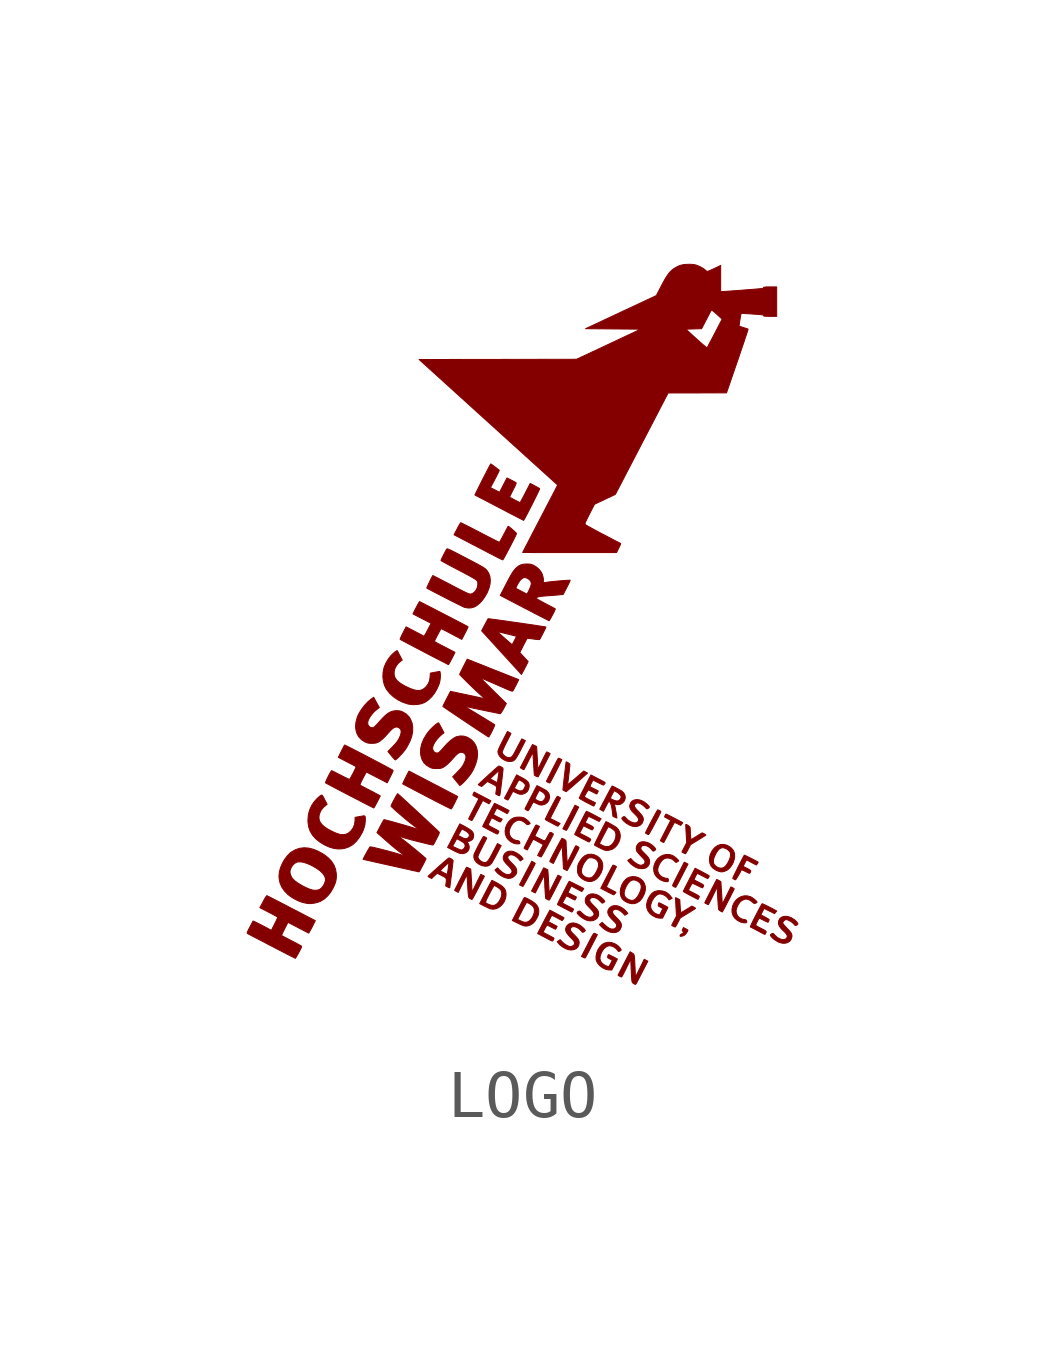
<source format=kicad_sym>
(kicad_symbol_lib
  (version 20210619)
  (generator bitmap2component)
  (symbol "LOGO"
    (pin_names
      (offset 1.016))
    (property "Reference" "#G"
      (at 0 6.862 0)
      (effects (font (size 1.27 1.27)) hide))
    (symbol "LOGO_0_0"
      (polyline (pts (xy 2.361 -7.504) (xy 2.37 -7.495) (xy 2.377 -7.484) (xy 2.391 -7.458) (xy 2.411 -7.42) (xy 2.437 -7.371) (xy 2.466 -7.314) (xy 2.498 -7.252) (xy 2.617 -7.022) (xy 2.579 -7.003) (xy 2.541 -6.983) (xy 2.45 -7.17) (xy 2.358 -7.356) (xy 2.351 -7.172) (xy 2.348 -7.116) (xy 2.345 -7.056) (xy 2.342 -7.002) (xy 2.339 -6.959) (xy 2.336 -6.931) (xy 2.332 -6.902) (xy 2.325 -6.881) (xy 2.312 -6.866) (xy 2.288 -6.851) (xy 2.248 -6.826) (xy 2.123 -7.067) (xy 2.119 -7.075) (xy 2.087 -7.137) (xy 2.058 -7.193) (xy 2.033 -7.241) (xy 2.014 -7.279) (xy 2.001 -7.304) (xy 1.996 -7.313) (xy 1.998 -7.317) (xy 2.013 -7.327) (xy 2.034 -7.338) (xy 2.056 -7.348) (xy 2.07 -7.352) (xy 2.071 -7.351) (xy 2.08 -7.336) (xy 2.096 -7.308) (xy 2.117 -7.268) (xy 2.142 -7.22) (xy 2.169 -7.164) (xy 2.261 -6.977) (xy 2.267 -7.143) (xy 2.268 -7.175) (xy 2.271 -7.238) (xy 2.274 -7.298) (xy 2.277 -7.35) (xy 2.28 -7.388) (xy 2.283 -7.417) (xy 2.287 -7.446) (xy 2.293 -7.464) (xy 2.303 -7.476) (xy 2.318 -7.487) (xy 2.333 -7.496) (xy 2.351 -7.505) (xy 2.361 -7.504)) (stroke (width 0.01)) (fill (type outline)))
      (polyline (pts (xy 1.925 -7.093) (xy 1.93 -7.083) (xy 1.951 -7.042) (xy 1.968 -7.009) (xy 1.978 -6.986) (xy 1.982 -6.978) (xy 1.98 -6.976) (xy 1.962 -6.966) (xy 1.934 -6.951) (xy 1.9 -6.933) (xy 1.865 -6.916) (xy 1.833 -6.9) (xy 1.81 -6.889) (xy 1.799 -6.885) (xy 1.798 -6.885) (xy 1.79 -6.895) (xy 1.781 -6.917) (xy 1.78 -6.92) (xy 1.778 -6.937) (xy 1.782 -6.948) (xy 1.796 -6.96) (xy 1.825 -6.975) (xy 1.877 -7.002) (xy 1.843 -7.07) (xy 1.832 -7.09) (xy 1.818 -7.116) (xy 1.807 -7.13) (xy 1.796 -7.134) (xy 1.782 -7.132) (xy 1.756 -7.123) (xy 1.717 -7.104) (xy 1.681 -7.079) (xy 1.654 -7.054) (xy 1.633 -7.021) (xy 1.619 -6.971) (xy 1.623 -6.917) (xy 1.631 -6.892) (xy 1.657 -6.829) (xy 1.691 -6.776) (xy 1.732 -6.736) (xy 1.776 -6.709) (xy 1.821 -6.7) (xy 1.825 -6.7) (xy 1.867 -6.709) (xy 1.911 -6.729) (xy 1.952 -6.757) (xy 1.981 -6.788) (xy 1.992 -6.805) (xy 2.004 -6.818) (xy 2.016 -6.819) (xy 2.034 -6.811) (xy 2.035 -6.811) (xy 2.054 -6.798) (xy 2.062 -6.788) (xy 2.059 -6.781) (xy 2.047 -6.762) (xy 2.03 -6.737) (xy 1.987 -6.695) (xy 1.931 -6.66) (xy 1.868 -6.637) (xy 1.806 -6.629) (xy 1.776 -6.631) (xy 1.716 -6.645) (xy 1.663 -6.676) (xy 1.617 -6.724) (xy 1.575 -6.789) (xy 1.572 -6.796) (xy 1.548 -6.861) (xy 1.537 -6.93) (xy 1.54 -6.995) (xy 1.548 -7.02) (xy 1.575 -7.069) (xy 1.616 -7.116) (xy 1.668 -7.156) (xy 1.729 -7.187) (xy 1.741 -7.191) (xy 1.782 -7.201) (xy 1.82 -7.205) (xy 1.865 -7.206) (xy 1.925 -7.093)) (stroke (width 0.01)) (fill (type outline)))
      (polyline (pts (xy -4.723 -6.961) (xy -4.713 -6.947) (xy -4.697 -6.92) (xy -4.676 -6.883) (xy -4.652 -6.84) (xy -4.644 -6.825) (xy -4.621 -6.781) (xy -4.606 -6.75) (xy -4.598 -6.73) (xy -4.596 -6.717) (xy -4.599 -6.709) (xy -4.605 -6.703) (xy -4.609 -6.701) (xy -4.628 -6.69) (xy -4.662 -6.671) (xy -4.705 -6.648) (xy -4.757 -6.621) (xy -4.814 -6.592) (xy -4.837 -6.579) (xy -4.891 -6.551) (xy -4.938 -6.527) (xy -4.975 -6.507) (xy -5 -6.494) (xy -5.01 -6.487) (xy -5.01 -6.484) (xy -5.004 -6.465) (xy -4.99 -6.434) (xy -4.971 -6.394) (xy -4.948 -6.347) (xy -4.879 -6.213) (xy -4.446 -6.438) (xy -4.422 -6.396) (xy -4.415 -6.385) (xy -4.397 -6.351) (xy -4.375 -6.31) (xy -4.354 -6.267) (xy -4.309 -6.178) (xy -4.807 -5.92) (xy -4.881 -5.881) (xy -4.968 -5.836) (xy -5.049 -5.794) (xy -5.122 -5.756) (xy -5.186 -5.723) (xy -5.239 -5.696) (xy -5.28 -5.676) (xy -5.306 -5.663) (xy -5.317 -5.658) (xy -5.319 -5.658) (xy -5.33 -5.669) (xy -5.347 -5.695) (xy -5.37 -5.733) (xy -5.396 -5.782) (xy -5.464 -5.908) (xy -5.287 -5.999) (xy -5.275 -6.005) (xy -5.222 -6.033) (xy -5.175 -6.058) (xy -5.137 -6.078) (xy -5.11 -6.093) (xy -5.098 -6.1) (xy -5.095 -6.107) (xy -5.099 -6.123) (xy -5.109 -6.15) (xy -5.128 -6.19) (xy -5.155 -6.244) (xy -5.224 -6.38) (xy -5.313 -6.332) (xy -5.366 -6.304) (xy -5.429 -6.271) (xy -5.486 -6.242) (xy -5.534 -6.218) (xy -5.571 -6.2) (xy -5.596 -6.189) (xy -5.606 -6.186) (xy -5.607 -6.188) (xy -5.615 -6.203) (xy -5.63 -6.231) (xy -5.65 -6.269) (xy -5.673 -6.313) (xy -5.693 -6.35) (xy -5.713 -6.391) (xy -5.724 -6.419) (xy -5.729 -6.436) (xy -5.726 -6.444) (xy -5.719 -6.447) (xy -5.697 -6.459) (xy -5.66 -6.479) (xy -5.61 -6.505) (xy -5.549 -6.537) (xy -5.478 -6.574) (xy -5.398 -6.615) (xy -5.313 -6.66) (xy -5.222 -6.707) (xy -5.153 -6.743) (xy -5.066 -6.788) (xy -4.986 -6.829) (xy -4.914 -6.867) (xy -4.851 -6.899) (xy -4.798 -6.926) (xy -4.759 -6.946) (xy -4.734 -6.958) (xy -4.724 -6.963) (xy -4.723 -6.961)) (stroke (width 0.01)) (fill (type outline)))
      (polyline (pts (xy 1.31 -6.954) (xy 1.318 -6.945) (xy 1.325 -6.933) (xy 1.339 -6.907) (xy 1.36 -6.867) (xy 1.386 -6.818) (xy 1.415 -6.761) (xy 1.447 -6.699) (xy 1.565 -6.47) (xy 1.529 -6.453) (xy 1.524 -6.45) (xy 1.514 -6.445) (xy 1.505 -6.442) (xy 1.496 -6.443) (xy 1.487 -6.45) (xy 1.476 -6.464) (xy 1.462 -6.487) (xy 1.443 -6.521) (xy 1.419 -6.566) (xy 1.388 -6.626) (xy 1.349 -6.701) (xy 1.234 -6.923) (xy 1.271 -6.942) (xy 1.278 -6.946) (xy 1.299 -6.954) (xy 1.31 -6.954)) (stroke (width 0.01)) (fill (type outline)))
      (polyline (pts (xy 1.073 -6.782) (xy 1.119 -6.763) (xy 1.155 -6.732) (xy 1.178 -6.691) (xy 1.186 -6.641) (xy 1.186 -6.627) (xy 1.181 -6.6) (xy 1.169 -6.573) (xy 1.148 -6.543) (xy 1.117 -6.507) (xy 1.072 -6.462) (xy 1.038 -6.427) (xy 1.016 -6.402) (xy 1.005 -6.382) (xy 1.002 -6.365) (xy 1.002 -6.354) (xy 1.014 -6.325) (xy 1.036 -6.308) (xy 1.068 -6.302) (xy 1.105 -6.307) (xy 1.145 -6.322) (xy 1.185 -6.348) (xy 1.222 -6.385) (xy 1.223 -6.385) (xy 1.243 -6.409) (xy 1.257 -6.419) (xy 1.269 -6.42) (xy 1.285 -6.412) (xy 1.286 -6.412) (xy 1.305 -6.398) (xy 1.313 -6.385) (xy 1.312 -6.379) (xy 1.299 -6.359) (xy 1.275 -6.333) (xy 1.244 -6.305) (xy 1.211 -6.279) (xy 1.178 -6.259) (xy 1.122 -6.236) (xy 1.063 -6.225) (xy 1.009 -6.232) (xy 0.963 -6.254) (xy 0.926 -6.292) (xy 0.917 -6.308) (xy 0.904 -6.346) (xy 0.906 -6.386) (xy 0.924 -6.429) (xy 0.959 -6.477) (xy 1.01 -6.532) (xy 1.019 -6.54) (xy 1.055 -6.577) (xy 1.077 -6.606) (xy 1.088 -6.629) (xy 1.09 -6.651) (xy 1.083 -6.675) (xy 1.078 -6.684) (xy 1.057 -6.7) (xy 1.03 -6.714) (xy 1.004 -6.72) (xy 0.983 -6.716) (xy 0.947 -6.701) (xy 0.907 -6.679) (xy 0.868 -6.651) (xy 0.836 -6.622) (xy 0.791 -6.575) (xy 0.76 -6.595) (xy 0.729 -6.614) (xy 0.749 -6.642) (xy 0.782 -6.679) (xy 0.834 -6.721) (xy 0.899 -6.759) (xy 0.903 -6.761) (xy 0.962 -6.782) (xy 1.02 -6.789) (xy 1.073 -6.782)) (stroke (width 0.01)) (fill (type outline)))
      (polyline (pts (xy 5.53 -6.633) (xy 5.572 -6.605) (xy 5.601 -6.565) (xy 5.617 -6.514) (xy 5.618 -6.492) (xy 5.614 -6.466) (xy 5.603 -6.44) (xy 5.583 -6.41) (xy 5.551 -6.373) (xy 5.506 -6.327) (xy 5.49 -6.31) (xy 5.455 -6.271) (xy 5.434 -6.243) (xy 5.426 -6.225) (xy 5.43 -6.208) (xy 5.447 -6.183) (xy 5.471 -6.164) (xy 5.497 -6.155) (xy 5.512 -6.157) (xy 5.547 -6.17) (xy 5.587 -6.191) (xy 5.624 -6.216) (xy 5.653 -6.244) (xy 5.658 -6.249) (xy 5.677 -6.271) (xy 5.691 -6.28) (xy 5.704 -6.277) (xy 5.723 -6.266) (xy 5.727 -6.264) (xy 5.74 -6.253) (xy 5.741 -6.242) (xy 5.73 -6.221) (xy 5.718 -6.205) (xy 5.693 -6.179) (xy 5.664 -6.154) (xy 5.661 -6.152) (xy 5.604 -6.117) (xy 5.546 -6.096) (xy 5.492 -6.087) (xy 5.442 -6.092) (xy 5.399 -6.108) (xy 5.365 -6.136) (xy 5.344 -6.176) (xy 5.337 -6.226) (xy 5.34 -6.252) (xy 5.356 -6.294) (xy 5.388 -6.338) (xy 5.437 -6.388) (xy 5.439 -6.389) (xy 5.483 -6.432) (xy 5.51 -6.468) (xy 5.521 -6.498) (xy 5.517 -6.525) (xy 5.5 -6.55) (xy 5.477 -6.565) (xy 5.439 -6.573) (xy 5.394 -6.567) (xy 5.347 -6.548) (xy 5.301 -6.518) (xy 5.258 -6.476) (xy 5.255 -6.472) (xy 5.235 -6.451) (xy 5.219 -6.443) (xy 5.201 -6.449) (xy 5.174 -6.466) (xy 5.169 -6.472) (xy 5.173 -6.489) (xy 5.188 -6.513) (xy 5.214 -6.54) (xy 5.247 -6.568) (xy 5.285 -6.594) (xy 5.324 -6.617) (xy 5.362 -6.634) (xy 5.421 -6.648) (xy 5.479 -6.648) (xy 5.53 -6.633)) (stroke (width 0.01)) (fill (type outline)))
      (polyline (pts (xy 0.631 -6.602) (xy 0.642 -6.59) (xy 0.653 -6.571) (xy 0.66 -6.552) (xy 0.66 -6.541) (xy 0.66 -6.54) (xy 0.649 -6.534) (xy 0.625 -6.521) (xy 0.591 -6.503) (xy 0.549 -6.481) (xy 0.546 -6.479) (xy 0.505 -6.458) (xy 0.471 -6.439) (xy 0.448 -6.426) (xy 0.438 -6.421) (xy 0.438 -6.42) (xy 0.44 -6.41) (xy 0.45 -6.388) (xy 0.464 -6.359) (xy 0.481 -6.328) (xy 0.497 -6.3) (xy 0.51 -6.28) (xy 0.518 -6.272) (xy 0.522 -6.273) (xy 0.54 -6.281) (xy 0.57 -6.295) (xy 0.606 -6.314) (xy 0.624 -6.323) (xy 0.657 -6.34) (xy 0.68 -6.352) (xy 0.691 -6.357) (xy 0.692 -6.357) (xy 0.7 -6.348) (xy 0.712 -6.328) (xy 0.727 -6.296) (xy 0.546 -6.2) (xy 0.58 -6.134) (xy 0.583 -6.128) (xy 0.599 -6.097) (xy 0.612 -6.076) (xy 0.619 -6.068) (xy 0.63 -6.072) (xy 0.654 -6.084) (xy 0.688 -6.101) (xy 0.728 -6.122) (xy 0.831 -6.177) (xy 0.854 -6.15) (xy 0.857 -6.146) (xy 0.868 -6.128) (xy 0.869 -6.117) (xy 0.863 -6.113) (xy 0.842 -6.101) (xy 0.808 -6.083) (xy 0.766 -6.06) (xy 0.718 -6.035) (xy 0.576 -5.96) (xy 0.537 -6.031) (xy 0.521 -6.061) (xy 0.498 -6.104) (xy 0.47 -6.157) (xy 0.44 -6.215) (xy 0.409 -6.274) (xy 0.32 -6.446) (xy 0.44 -6.509) (xy 0.45 -6.514) (xy 0.495 -6.538) (xy 0.537 -6.56) (xy 0.569 -6.577) (xy 0.588 -6.587) (xy 0.59 -6.588) (xy 0.613 -6.598) (xy 0.628 -6.603) (xy 0.631 -6.602)) (stroke (width 0.01)) (fill (type outline)))
      (polyline (pts (xy 3.323 -6.502) (xy 3.325 -6.502) (xy 3.357 -6.492) (xy 3.384 -6.478) (xy 3.393 -6.47) (xy 3.412 -6.447) (xy 3.431 -6.42) (xy 3.446 -6.394) (xy 3.452 -6.377) (xy 3.448 -6.372) (xy 3.431 -6.36) (xy 3.405 -6.346) (xy 3.358 -6.322) (xy 3.342 -6.355) (xy 3.34 -6.36) (xy 3.332 -6.38) (xy 3.335 -6.391) (xy 3.348 -6.401) (xy 3.354 -6.406) (xy 3.363 -6.417) (xy 3.357 -6.43) (xy 3.34 -6.444) (xy 3.316 -6.457) (xy 3.296 -6.469) (xy 3.287 -6.489) (xy 3.289 -6.501) (xy 3.299 -6.505) (xy 3.323 -6.502)) (stroke (width 0.01)) (fill (type outline)))
      (polyline (pts (xy 5.054 -6.466) (xy 5.061 -6.456) (xy 5.072 -6.436) (xy 5.079 -6.423) (xy 5.082 -6.411) (xy 5.078 -6.401) (xy 5.066 -6.389) (xy 5.044 -6.375) (xy 5.008 -6.356) (xy 4.957 -6.33) (xy 4.925 -6.313) (xy 4.892 -6.294) (xy 4.87 -6.28) (xy 4.862 -6.272) (xy 4.864 -6.264) (xy 4.873 -6.243) (xy 4.886 -6.214) (xy 4.902 -6.183) (xy 4.917 -6.155) (xy 4.929 -6.134) (xy 4.935 -6.126) (xy 4.941 -6.128) (xy 4.961 -6.137) (xy 4.991 -6.152) (xy 5.029 -6.171) (xy 5.055 -6.184) (xy 5.088 -6.199) (xy 5.11 -6.209) (xy 5.12 -6.212) (xy 5.122 -6.209) (xy 5.131 -6.192) (xy 5.14 -6.171) (xy 5.144 -6.158) (xy 5.14 -6.153) (xy 5.122 -6.141) (xy 5.093 -6.123) (xy 5.057 -6.103) (xy 4.97 -6.057) (xy 5.037 -5.922) (xy 5.146 -5.977) (xy 5.255 -6.031) (xy 5.278 -6.005) (xy 5.301 -5.978) (xy 5.249 -5.949) (xy 5.246 -5.947) (xy 5.205 -5.925) (xy 5.161 -5.902) (xy 5.115 -5.879) (xy 5.073 -5.858) (xy 5.037 -5.841) (xy 5.011 -5.829) (xy 4.999 -5.825) (xy 4.993 -5.832) (xy 4.98 -5.853) (xy 4.96 -5.887) (xy 4.937 -5.93) (xy 4.91 -5.981) (xy 4.882 -6.035) (xy 4.853 -6.091) (xy 4.825 -6.145) (xy 4.8 -6.196) (xy 4.779 -6.241) (xy 4.763 -6.276) (xy 4.753 -6.299) (xy 4.751 -6.308) (xy 4.758 -6.312) (xy 4.78 -6.323) (xy 4.814 -6.341) (xy 4.857 -6.363) (xy 4.906 -6.389) (xy 4.944 -6.409) (xy 4.987 -6.432) (xy 5.022 -6.45) (xy 5.045 -6.462) (xy 5.054 -6.466) (xy 5.054 -6.466)) (stroke (width 0.01)) (fill (type outline)))
      (polyline (pts (xy 1.958 -6.421) (xy 2.004 -6.399) (xy 2.039 -6.362) (xy 2.061 -6.313) (xy 2.063 -6.307) (xy 2.067 -6.273) (xy 2.061 -6.24) (xy 2.044 -6.206) (xy 2.014 -6.167) (xy 1.969 -6.12) (xy 1.953 -6.104) (xy 1.916 -6.065) (xy 1.892 -6.034) (xy 1.881 -6.009) (xy 1.881 -5.987) (xy 1.891 -5.966) (xy 1.904 -5.952) (xy 1.934 -5.941) (xy 1.971 -5.943) (xy 2.013 -5.958) (xy 2.056 -5.985) (xy 2.098 -6.022) (xy 2.138 -6.066) (xy 2.168 -6.047) (xy 2.199 -6.029) (xy 2.179 -6) (xy 2.171 -5.99) (xy 2.128 -5.947) (xy 2.077 -5.91) (xy 2.023 -5.882) (xy 1.972 -5.867) (xy 1.963 -5.866) (xy 1.907 -5.866) (xy 1.862 -5.88) (xy 1.824 -5.908) (xy 1.806 -5.928) (xy 1.785 -5.968) (xy 1.782 -6.012) (xy 1.797 -6.058) (xy 1.83 -6.108) (xy 1.882 -6.163) (xy 1.901 -6.182) (xy 1.931 -6.212) (xy 1.953 -6.239) (xy 1.964 -6.256) (xy 1.965 -6.26) (xy 1.968 -6.295) (xy 1.952 -6.324) (xy 1.921 -6.346) (xy 1.903 -6.352) (xy 1.863 -6.354) (xy 1.821 -6.341) (xy 1.774 -6.312) (xy 1.72 -6.266) (xy 1.665 -6.213) (xy 1.637 -6.237) (xy 1.609 -6.261) (xy 1.658 -6.311) (xy 1.681 -6.332) (xy 1.727 -6.367) (xy 1.774 -6.394) (xy 1.78 -6.397) (xy 1.844 -6.421) (xy 1.905 -6.428) (xy 1.958 -6.421)) (stroke (width 0.01)) (fill (type outline)))
      (polyline (pts (xy 3.191 -6.305) (xy 3.204 -6.285) (xy 3.223 -6.255) (xy 3.243 -6.216) (xy 3.292 -6.122) (xy 3.446 -6.027) (xy 3.495 -5.997) (xy 3.539 -5.97) (xy 3.574 -5.948) (xy 3.599 -5.932) (xy 3.609 -5.924) (xy 3.61 -5.92) (xy 3.598 -5.909) (xy 3.575 -5.896) (xy 3.533 -5.875) (xy 3.417 -5.947) (xy 3.415 -5.948) (xy 3.368 -5.977) (xy 3.336 -5.995) (xy 3.314 -6.005) (xy 3.303 -6.007) (xy 3.299 -6.002) (xy 3.299 -6.002) (xy 3.297 -5.985) (xy 3.295 -5.954) (xy 3.292 -5.912) (xy 3.289 -5.864) (xy 3.282 -5.743) (xy 3.24 -5.72) (xy 3.225 -5.712) (xy 3.204 -5.702) (xy 3.195 -5.7) (xy 3.194 -5.7) (xy 3.194 -5.713) (xy 3.195 -5.742) (xy 3.196 -5.783) (xy 3.199 -5.835) (xy 3.202 -5.894) (xy 3.213 -6.084) (xy 3.162 -6.179) (xy 3.144 -6.212) (xy 3.127 -6.245) (xy 3.116 -6.268) (xy 3.113 -6.277) (xy 3.114 -6.277) (xy 3.125 -6.284) (xy 3.146 -6.295) (xy 3.148 -6.296) (xy 3.17 -6.306) (xy 3.185 -6.311) (xy 3.191 -6.305)) (stroke (width 0.01)) (fill (type outline)))
      (polyline (pts (xy 0.113 -6.287) (xy 0.148 -6.277) (xy 0.168 -6.269) (xy 0.222 -6.236) (xy 0.268 -6.186) (xy 0.308 -6.119) (xy 0.325 -6.085) (xy 0.337 -6.051) (xy 0.343 -6.02) (xy 0.345 -5.986) (xy 0.342 -5.946) (xy 0.329 -5.898) (xy 0.303 -5.856) (xy 0.265 -5.816) (xy 0.21 -5.776) (xy 0.138 -5.735) (xy 0.137 -5.734) (xy 0.095 -5.713) (xy 0.067 -5.701) (xy 0.05 -5.697) (xy 0.042 -5.701) (xy 0.035 -5.712) (xy 0.021 -5.738) (xy 0.000300 -5.777) (xy -0.025 -5.825) (xy -0.055 -5.882) (xy -0.087 -5.944) (xy -0.194 -6.152) (xy -0.097 -6.152) (xy -0.009 -5.981) (xy -0.005 -5.974) (xy 0.022 -5.921) (xy 0.047 -5.875) (xy 0.067 -5.838) (xy 0.081 -5.813) (xy 0.087 -5.802) (xy 0.093 -5.8) (xy 0.112 -5.805) (xy 0.14 -5.817) (xy 0.17 -5.835) (xy 0.199 -5.857) (xy 0.222 -5.878) (xy 0.242 -5.907) (xy 0.255 -5.955) (xy 0.251 -6.01) (xy 0.229 -6.073) (xy 0.226 -6.08) (xy 0.195 -6.134) (xy 0.158 -6.176) (xy 0.12 -6.201) (xy 0.087 -6.211) (xy 0.054 -6.212) (xy 0.016 -6.203) (xy -0.032 -6.183) (xy -0.097 -6.152) (xy -0.194 -6.152) (xy -0.206 -6.175) (xy -0.087 -6.233) (xy -0.033 -6.259) (xy 0.013 -6.278) (xy 0.049 -6.288) (xy 0.081 -6.291) (xy 0.113 -6.287)) (stroke (width 0.01)) (fill (type outline)))
      (polyline (pts (xy 4.669 -6.22) (xy 4.677 -6.212) (xy 4.677 -6.198) (xy 4.67 -6.173) (xy 4.652 -6.16) (xy 4.619 -6.153) (xy 4.576 -6.144) (xy 4.527 -6.119) (xy 4.488 -6.08) (xy 4.463 -6.033) (xy 4.454 -5.979) (xy 4.458 -5.947) (xy 4.473 -5.898) (xy 4.497 -5.848) (xy 4.527 -5.801) (xy 4.547 -5.78) (xy 4.584 -5.754) (xy 4.624 -5.735) (xy 4.661 -5.728) (xy 4.663 -5.728) (xy 4.707 -5.736) (xy 4.753 -5.759) (xy 4.795 -5.792) (xy 4.808 -5.804) (xy 4.825 -5.817) (xy 4.84 -5.82) (xy 4.86 -5.814) (xy 4.863 -5.813) (xy 4.883 -5.804) (xy 4.891 -5.795) (xy 4.89 -5.789) (xy 4.876 -5.77) (xy 4.852 -5.747) (xy 4.822 -5.722) (xy 4.791 -5.7) (xy 4.762 -5.683) (xy 4.753 -5.679) (xy 4.689 -5.662) (xy 4.624 -5.661) (xy 4.561 -5.677) (xy 4.504 -5.707) (xy 4.454 -5.75) (xy 4.413 -5.804) (xy 4.384 -5.868) (xy 4.369 -5.941) (xy 4.37 -6.004) (xy 4.389 -6.067) (xy 4.425 -6.123) (xy 4.477 -6.169) (xy 4.545 -6.206) (xy 4.55 -6.208) (xy 4.582 -6.217) (xy 4.616 -6.222) (xy 4.647 -6.223) (xy 4.669 -6.22)) (stroke (width 0.01)) (fill (type outline)))
      (polyline (pts (xy 1.477 -6.176) (xy 1.523 -6.156) (xy 1.559 -6.126) (xy 1.583 -6.087) (xy 1.593 -6.04) (xy 1.586 -5.988) (xy 1.582 -5.979) (xy 1.566 -5.951) (xy 1.539 -5.918) (xy 1.497 -5.876) (xy 1.482 -5.861) (xy 1.444 -5.821) (xy 1.419 -5.79) (xy 1.406 -5.765) (xy 1.405 -5.743) (xy 1.413 -5.724) (xy 1.429 -5.707) (xy 1.461 -5.695) (xy 1.5 -5.697) (xy 1.542 -5.711) (xy 1.585 -5.737) (xy 1.625 -5.775) (xy 1.629 -5.779) (xy 1.649 -5.801) (xy 1.663 -5.812) (xy 1.675 -5.812) (xy 1.69 -5.805) (xy 1.708 -5.792) (xy 1.719 -5.779) (xy 1.719 -5.779) (xy 1.714 -5.764) (xy 1.697 -5.743) (xy 1.671 -5.717) (xy 1.64 -5.69) (xy 1.607 -5.665) (xy 1.576 -5.647) (xy 1.533 -5.63) (xy 1.477 -5.62) (xy 1.425 -5.623) (xy 1.38 -5.64) (xy 1.345 -5.668) (xy 1.321 -5.707) (xy 1.313 -5.755) (xy 1.313 -5.757) (xy 1.314 -5.782) (xy 1.319 -5.803) (xy 1.329 -5.825) (xy 1.348 -5.85) (xy 1.376 -5.881) (xy 1.416 -5.923) (xy 1.446 -5.955) (xy 1.476 -5.991) (xy 1.493 -6.019) (xy 1.498 -6.042) (xy 1.491 -6.062) (xy 1.474 -6.083) (xy 1.467 -6.089) (xy 1.431 -6.106) (xy 1.389 -6.106) (xy 1.342 -6.091) (xy 1.293 -6.061) (xy 1.243 -6.018) (xy 1.226 -6.001) (xy 1.206 -5.983) (xy 1.19 -5.978) (xy 1.173 -5.983) (xy 1.148 -5.999) (xy 1.143 -6.006) (xy 1.147 -6.023) (xy 1.164 -6.047) (xy 1.191 -6.074) (xy 1.224 -6.102) (xy 1.263 -6.128) (xy 1.303 -6.152) (xy 1.342 -6.168) (xy 1.366 -6.176) (xy 1.424 -6.183) (xy 1.477 -6.176)) (stroke (width 0.01)) (fill (type outline)))
      (polyline (pts (xy 2.978 -6.017) (xy 2.981 -6.012) (xy 3.002 -5.971) (xy 3.018 -5.937) (xy 3.03 -5.913) (xy 3.034 -5.903) (xy 3.027 -5.897) (xy 3.007 -5.884) (xy 2.977 -5.868) (xy 2.943 -5.85) (xy 2.909 -5.832) (xy 2.878 -5.818) (xy 2.856 -5.808) (xy 2.846 -5.806) (xy 2.846 -5.806) (xy 2.841 -5.819) (xy 2.835 -5.841) (xy 2.833 -5.859) (xy 2.836 -5.871) (xy 2.85 -5.883) (xy 2.878 -5.897) (xy 2.899 -5.909) (xy 2.919 -5.921) (xy 2.927 -5.928) (xy 2.927 -5.929) (xy 2.921 -5.942) (xy 2.909 -5.966) (xy 2.895 -5.995) (xy 2.881 -6.024) (xy 2.87 -6.046) (xy 2.864 -6.056) (xy 2.854 -6.058) (xy 2.832 -6.052) (xy 2.804 -6.042) (xy 2.776 -6.029) (xy 2.753 -6.016) (xy 2.734 -6) (xy 2.696 -5.955) (xy 2.676 -5.906) (xy 2.676 -5.851) (xy 2.694 -5.791) (xy 2.71 -5.756) (xy 2.746 -5.699) (xy 2.786 -5.657) (xy 2.828 -5.63) (xy 2.87 -5.621) (xy 2.909 -5.627) (xy 2.956 -5.646) (xy 2.999 -5.674) (xy 3.031 -5.706) (xy 3.059 -5.745) (xy 3.091 -5.728) (xy 3.123 -5.712) (xy 3.09 -5.669) (xy 3.052 -5.626) (xy 2.995 -5.585) (xy 2.929 -5.561) (xy 2.854 -5.553) (xy 2.819 -5.555) (xy 2.759 -5.571) (xy 2.708 -5.604) (xy 2.663 -5.655) (xy 2.624 -5.723) (xy 2.606 -5.769) (xy 2.591 -5.841) (xy 2.595 -5.909) (xy 2.617 -5.971) (xy 2.656 -6.025) (xy 2.713 -6.072) (xy 2.786 -6.11) (xy 2.797 -6.114) (xy 2.835 -6.122) (xy 2.874 -6.126) (xy 2.922 -6.126) (xy 2.978 -6.017)) (stroke (width 0.01)) (fill (type outline)))
      (polyline (pts (xy 1.034 -5.999) (xy 1.043 -5.989) (xy 1.055 -5.971) (xy 1.065 -5.952) (xy 1.07 -5.938) (xy 1.069 -5.937) (xy 1.057 -5.929) (xy 1.031 -5.915) (xy 0.996 -5.895) (xy 0.953 -5.873) (xy 0.836 -5.812) (xy 0.876 -5.738) (xy 0.884 -5.724) (xy 0.901 -5.693) (xy 0.914 -5.671) (xy 0.919 -5.661) (xy 0.923 -5.662) (xy 0.94 -5.67) (xy 0.969 -5.684) (xy 1.004 -5.703) (xy 1.025 -5.714) (xy 1.058 -5.731) (xy 1.084 -5.743) (xy 1.096 -5.747) (xy 1.099 -5.746) (xy 1.109 -5.734) (xy 1.119 -5.715) (xy 1.127 -5.696) (xy 1.127 -5.685) (xy 1.123 -5.683) (xy 1.106 -5.673) (xy 1.077 -5.658) (xy 1.04 -5.64) (xy 1.02 -5.63) (xy 0.987 -5.613) (xy 0.964 -5.601) (xy 0.955 -5.596) (xy 0.955 -5.595) (xy 0.959 -5.582) (xy 0.971 -5.557) (xy 0.987 -5.524) (xy 1.021 -5.455) (xy 1.131 -5.514) (xy 1.241 -5.572) (xy 1.263 -5.542) (xy 1.267 -5.536) (xy 1.279 -5.518) (xy 1.282 -5.51) (xy 1.272 -5.503) (xy 1.247 -5.49) (xy 1.213 -5.473) (xy 1.172 -5.452) (xy 1.128 -5.43) (xy 1.084 -5.408) (xy 1.044 -5.388) (xy 1.01 -5.372) (xy 0.987 -5.362) (xy 0.978 -5.359) (xy 0.975 -5.364) (xy 0.963 -5.385) (xy 0.945 -5.418) (xy 0.922 -5.461) (xy 0.896 -5.511) (xy 0.868 -5.566) (xy 0.84 -5.622) (xy 0.812 -5.677) (xy 0.786 -5.728) (xy 0.764 -5.773) (xy 0.747 -5.809) (xy 0.737 -5.833) (xy 0.734 -5.842) (xy 0.739 -5.846) (xy 0.76 -5.857) (xy 0.793 -5.875) (xy 0.835 -5.898) (xy 0.883 -5.923) (xy 0.918 -5.941) (xy 0.962 -5.964) (xy 0.998 -5.982) (xy 1.022 -5.994) (xy 1.033 -5.999) (xy 1.034 -5.999)) (stroke (width 0.01)) (fill (type outline)))
      (polyline (pts (xy 4.182 -5.972) (xy 4.188 -5.961) (xy 4.204 -5.933) (xy 4.224 -5.894) (xy 4.249 -5.846) (xy 4.276 -5.794) (xy 4.304 -5.739) (xy 4.332 -5.685) (xy 4.358 -5.633) (xy 4.381 -5.588) (xy 4.399 -5.552) (xy 4.411 -5.527) (xy 4.415 -5.516) (xy 4.414 -5.514) (xy 4.402 -5.504) (xy 4.381 -5.491) (xy 4.346 -5.475) (xy 4.257 -5.656) (xy 4.167 -5.837) (xy 4.138 -5.366) (xy 4.096 -5.341) (xy 4.081 -5.333) (xy 4.061 -5.323) (xy 4.051 -5.321) (xy 4.048 -5.326) (xy 4.037 -5.347) (xy 4.019 -5.38) (xy 3.997 -5.423) (xy 3.971 -5.474) (xy 3.942 -5.528) (xy 3.914 -5.585) (xy 3.885 -5.64) (xy 3.859 -5.691) (xy 3.836 -5.736) (xy 3.818 -5.772) (xy 3.807 -5.796) (xy 3.802 -5.805) (xy 3.805 -5.809) (xy 3.82 -5.819) (xy 3.842 -5.83) (xy 3.863 -5.84) (xy 3.876 -5.844) (xy 3.877 -5.843) (xy 3.886 -5.829) (xy 3.901 -5.801) (xy 3.921 -5.761) (xy 3.946 -5.712) (xy 3.973 -5.657) (xy 4.064 -5.47) (xy 4.064 -5.524) (xy 4.064 -5.535) (xy 4.066 -5.572) (xy 4.068 -5.619) (xy 4.071 -5.674) (xy 4.074 -5.732) (xy 4.078 -5.79) (xy 4.081 -5.843) (xy 4.085 -5.888) (xy 4.088 -5.921) (xy 4.09 -5.939) (xy 4.09 -5.941) (xy 4.104 -5.961) (xy 4.13 -5.979) (xy 4.167 -5.998) (xy 4.182 -5.972)) (stroke (width 0.01)) (fill (type outline)))
      (polyline (pts (xy -0.55 -5.931) (xy -0.495 -5.908) (xy -0.445 -5.871) (xy -0.401 -5.824) (xy -0.367 -5.768) (xy -0.345 -5.706) (xy -0.337 -5.64) (xy -0.339 -5.592) (xy -0.351 -5.545) (xy -0.375 -5.504) (xy -0.411 -5.466) (xy -0.463 -5.429) (xy -0.532 -5.389) (xy -0.63 -5.338) (xy -0.659 -5.389) (xy -0.662 -5.395) (xy -0.678 -5.424) (xy -0.7 -5.465) (xy -0.726 -5.516) (xy -0.756 -5.573) (xy -0.787 -5.633) (xy -0.867 -5.788) (xy -0.76 -5.788) (xy -0.754 -5.764) (xy -0.74 -5.731) (xy -0.717 -5.685) (xy -0.686 -5.624) (xy -0.682 -5.617) (xy -0.655 -5.565) (xy -0.63 -5.519) (xy -0.609 -5.483) (xy -0.594 -5.458) (xy -0.586 -5.449) (xy -0.572 -5.45) (xy -0.546 -5.462) (xy -0.516 -5.48) (xy -0.485 -5.502) (xy -0.46 -5.524) (xy -0.443 -5.544) (xy -0.438 -5.555) (xy -0.425 -5.603) (xy -0.429 -5.659) (xy -0.449 -5.718) (xy -0.451 -5.723) (xy -0.485 -5.782) (xy -0.522 -5.825) (xy -0.561 -5.851) (xy -0.579 -5.857) (xy -0.61 -5.862) (xy -0.643 -5.858) (xy -0.686 -5.844) (xy -0.7 -5.838) (xy -0.727 -5.827) (xy -0.747 -5.817) (xy -0.757 -5.805) (xy -0.76 -5.788) (xy -0.867 -5.788) (xy -0.886 -5.824) (xy -0.786 -5.875) (xy -0.75 -5.892) (xy -0.711 -5.911) (xy -0.68 -5.925) (xy -0.661 -5.932) (xy -0.607 -5.94) (xy -0.55 -5.931)) (stroke (width 0.01)) (fill (type outline)))
      (polyline (pts (xy -4.393 -5.822) (xy -4.329 -5.813) (xy -4.265 -5.798) (xy -4.208 -5.778) (xy -4.198 -5.773) (xy -4.121 -5.726) (xy -4.05 -5.661) (xy -3.987 -5.582) (xy -3.934 -5.489) (xy -3.915 -5.448) (xy -3.893 -5.393) (xy -3.879 -5.343) (xy -3.872 -5.292) (xy -3.87 -5.233) (xy -3.872 -5.197) (xy -3.888 -5.104) (xy -3.922 -5.018) (xy -3.975 -4.937) (xy -4.046 -4.864) (xy -4.136 -4.796) (xy -4.244 -4.735) (xy -4.342 -4.694) (xy -4.444 -4.667) (xy -4.542 -4.66) (xy -4.636 -4.671) (xy -4.724 -4.701) (xy -4.809 -4.75) (xy -4.838 -4.773) (xy -4.898 -4.835) (xy -4.953 -4.909) (xy -4.999 -4.992) (xy -5.035 -5.079) (xy -5.052 -5.141) (xy -4.836 -5.141) (xy -4.834 -5.132) (xy -4.813 -5.073) (xy -4.779 -5.022) (xy -4.737 -4.983) (xy -4.688 -4.958) (xy -4.675 -4.955) (xy -4.621 -4.953) (xy -4.555 -4.963) (xy -4.48 -4.987) (xy -4.398 -5.023) (xy -4.309 -5.072) (xy -4.288 -5.085) (xy -4.215 -5.136) (xy -4.159 -5.189) (xy -4.12 -5.241) (xy -4.1 -5.292) (xy -4.098 -5.341) (xy -4.1 -5.352) (xy -4.118 -5.406) (xy -4.147 -5.457) (xy -4.182 -5.499) (xy -4.22 -5.528) (xy -4.242 -5.537) (xy -4.297 -5.546) (xy -4.359 -5.542) (xy -4.366 -5.54) (xy -4.423 -5.524) (xy -4.488 -5.497) (xy -4.557 -5.463) (xy -4.625 -5.425) (xy -4.688 -5.385) (xy -4.74 -5.345) (xy -4.779 -5.307) (xy -4.801 -5.277) (xy -4.823 -5.23) (xy -4.836 -5.183) (xy -4.836 -5.141) (xy -5.052 -5.141) (xy -5.058 -5.166) (xy -5.066 -5.247) (xy -5.063 -5.302) (xy -5.044 -5.394) (xy -5.006 -5.481) (xy -4.95 -5.561) (xy -4.878 -5.635) (xy -4.789 -5.7) (xy -4.683 -5.757) (xy -4.674 -5.761) (xy -4.629 -5.78) (xy -4.586 -5.795) (xy -4.551 -5.804) (xy -4.529 -5.809) (xy -4.498 -5.815) (xy -4.478 -5.819) (xy -4.45 -5.822) (xy -4.393 -5.822)) (stroke (width 0.01)) (fill (type outline)))
      (polyline (pts (xy 2.333 -5.823) (xy 2.393 -5.805) (xy 2.447 -5.769) (xy 2.493 -5.715) (xy 2.511 -5.686) (xy 2.548 -5.609) (xy 2.566 -5.536) (xy 2.564 -5.467) (xy 2.544 -5.402) (xy 2.543 -5.399) (xy 2.513 -5.351) (xy 2.473 -5.313) (xy 2.417 -5.28) (xy 2.406 -5.276) (xy 2.353 -5.263) (xy 2.294 -5.261) (xy 2.237 -5.271) (xy 2.189 -5.293) (xy 2.16 -5.316) (xy 2.112 -5.369) (xy 2.075 -5.434) (xy 2.051 -5.505) (xy 2.042 -5.578) (xy 2.043 -5.599) (xy 2.122 -5.599) (xy 2.134 -5.54) (xy 2.163 -5.47) (xy 2.17 -5.455) (xy 2.209 -5.395) (xy 2.25 -5.354) (xy 2.293 -5.333) (xy 2.34 -5.33) (xy 2.389 -5.347) (xy 2.414 -5.361) (xy 2.453 -5.394) (xy 2.475 -5.435) (xy 2.48 -5.483) (xy 2.469 -5.54) (xy 2.442 -5.607) (xy 2.428 -5.634) (xy 2.397 -5.684) (xy 2.365 -5.72) (xy 2.34 -5.74) (xy 2.315 -5.753) (xy 2.287 -5.757) (xy 2.263 -5.754) (xy 2.216 -5.739) (xy 2.173 -5.712) (xy 2.141 -5.679) (xy 2.127 -5.649) (xy 2.122 -5.599) (xy 2.043 -5.599) (xy 2.043 -5.607) (xy 2.055 -5.669) (xy 2.081 -5.72) (xy 2.123 -5.762) (xy 2.183 -5.797) (xy 2.201 -5.805) (xy 2.268 -5.823) (xy 2.333 -5.823)) (stroke (width 0.01)) (fill (type outline)))
      (polyline (pts (xy 0.57 -5.743) (xy 0.582 -5.721) (xy 0.6 -5.687) (xy 0.623 -5.644) (xy 0.649 -5.594) (xy 0.677 -5.54) (xy 0.706 -5.484) (xy 0.735 -5.429) (xy 0.761 -5.378) (xy 0.783 -5.334) (xy 0.801 -5.298) (xy 0.812 -5.275) (xy 0.815 -5.266) (xy 0.811 -5.263) (xy 0.794 -5.254) (xy 0.772 -5.244) (xy 0.753 -5.236) (xy 0.745 -5.233) (xy 0.741 -5.239) (xy 0.73 -5.261) (xy 0.712 -5.293) (xy 0.691 -5.335) (xy 0.668 -5.38) (xy 0.644 -5.428) (xy 0.622 -5.473) (xy 0.602 -5.513) (xy 0.587 -5.544) (xy 0.579 -5.562) (xy 0.56 -5.606) (xy 0.554 -5.455) (xy 0.553 -5.441) (xy 0.55 -5.377) (xy 0.547 -5.314) (xy 0.543 -5.256) (xy 0.54 -5.211) (xy 0.533 -5.118) (xy 0.491 -5.098) (xy 0.448 -5.077) (xy 0.374 -5.22) (xy 0.363 -5.24) (xy 0.332 -5.3) (xy 0.3 -5.361) (xy 0.27 -5.417) (xy 0.246 -5.462) (xy 0.194 -5.561) (xy 0.233 -5.582) (xy 0.272 -5.601) (xy 0.462 -5.227) (xy 0.468 -5.383) (xy 0.469 -5.403) (xy 0.471 -5.466) (xy 0.475 -5.529) (xy 0.478 -5.584) (xy 0.481 -5.627) (xy 0.488 -5.715) (xy 0.524 -5.736) (xy 0.533 -5.74) (xy 0.554 -5.749) (xy 0.566 -5.749) (xy 0.57 -5.743)) (stroke (width 0.01)) (fill (type outline)))
      (polyline (pts (xy -1.047 -5.737) (xy -1.04 -5.729) (xy -1.029 -5.711) (xy -1.012 -5.683) (xy -0.99 -5.642) (xy -0.961 -5.588) (xy -0.925 -5.519) (xy -0.881 -5.434) (xy -0.787 -5.252) (xy -0.862 -5.214) (xy -0.954 -5.399) (xy -1.045 -5.585) (xy -1.052 -5.446) (xy -1.052 -5.446) (xy -1.054 -5.384) (xy -1.058 -5.318) (xy -1.062 -5.256) (xy -1.065 -5.206) (xy -1.072 -5.104) (xy -1.114 -5.083) (xy -1.129 -5.077) (xy -1.15 -5.068) (xy -1.16 -5.067) (xy -1.164 -5.073) (xy -1.176 -5.095) (xy -1.194 -5.128) (xy -1.216 -5.171) (xy -1.242 -5.221) (xy -1.27 -5.276) (xy -1.299 -5.331) (xy -1.327 -5.386) (xy -1.353 -5.437) (xy -1.375 -5.481) (xy -1.393 -5.516) (xy -1.404 -5.539) (xy -1.408 -5.547) (xy -1.406 -5.549) (xy -1.392 -5.557) (xy -1.369 -5.57) (xy -1.333 -5.59) (xy -1.243 -5.406) (xy -1.234 -5.387) (xy -1.208 -5.335) (xy -1.186 -5.29) (xy -1.168 -5.255) (xy -1.156 -5.232) (xy -1.152 -5.224) (xy -1.15 -5.234) (xy -1.148 -5.261) (xy -1.145 -5.3) (xy -1.142 -5.35) (xy -1.139 -5.407) (xy -1.136 -5.445) (xy -1.132 -5.519) (xy -1.128 -5.578) (xy -1.124 -5.623) (xy -1.12 -5.655) (xy -1.116 -5.679) (xy -1.111 -5.694) (xy -1.104 -5.705) (xy -1.096 -5.712) (xy -1.086 -5.719) (xy -1.081 -5.721) (xy -1.06 -5.733) (xy -1.049 -5.737) (xy -1.047 -5.737)) (stroke (width 0.01)) (fill (type outline)))
      (polyline (pts (xy 3.678 -5.705) (xy 3.684 -5.692) (xy 3.688 -5.68) (xy 3.685 -5.67) (xy 3.673 -5.659) (xy 3.65 -5.645) (xy 3.615 -5.626) (xy 3.564 -5.6) (xy 3.529 -5.582) (xy 3.496 -5.565) (xy 3.473 -5.553) (xy 3.464 -5.547) (xy 3.465 -5.541) (xy 3.473 -5.521) (xy 3.486 -5.494) (xy 3.502 -5.463) (xy 3.518 -5.435) (xy 3.531 -5.413) (xy 3.539 -5.402) (xy 3.549 -5.403) (xy 3.572 -5.412) (xy 3.606 -5.426) (xy 3.646 -5.445) (xy 3.681 -5.462) (xy 3.715 -5.479) (xy 3.74 -5.49) (xy 3.752 -5.494) (xy 3.761 -5.487) (xy 3.772 -5.468) (xy 3.774 -5.463) (xy 3.778 -5.451) (xy 3.776 -5.44) (xy 3.766 -5.429) (xy 3.745 -5.415) (xy 3.712 -5.397) (xy 3.664 -5.372) (xy 3.64 -5.36) (xy 3.608 -5.343) (xy 3.587 -5.33) (xy 3.579 -5.324) (xy 3.579 -5.322) (xy 3.585 -5.309) (xy 3.596 -5.285) (xy 3.61 -5.256) (xy 3.624 -5.227) (xy 3.636 -5.205) (xy 3.642 -5.194) (xy 3.642 -5.194) (xy 3.654 -5.198) (xy 3.678 -5.209) (xy 3.713 -5.226) (xy 3.754 -5.247) (xy 3.863 -5.303) (xy 3.881 -5.279) (xy 3.893 -5.26) (xy 3.896 -5.247) (xy 3.891 -5.242) (xy 3.87 -5.229) (xy 3.838 -5.211) (xy 3.796 -5.188) (xy 3.747 -5.162) (xy 3.601 -5.086) (xy 3.478 -5.323) (xy 3.476 -5.327) (xy 3.444 -5.389) (xy 3.415 -5.446) (xy 3.39 -5.494) (xy 3.372 -5.532) (xy 3.359 -5.558) (xy 3.355 -5.568) (xy 3.361 -5.574) (xy 3.383 -5.588) (xy 3.416 -5.607) (xy 3.459 -5.63) (xy 3.508 -5.657) (xy 3.661 -5.736) (xy 3.678 -5.705)) (stroke (width 0.01)) (fill (type outline)))
      (polyline (pts (xy 1.917 -5.631) (xy 1.933 -5.614) (xy 1.953 -5.587) (xy 1.854 -5.535) (xy 1.817 -5.515) (xy 1.784 -5.497) (xy 1.761 -5.484) (xy 1.752 -5.479) (xy 1.753 -5.474) (xy 1.763 -5.454) (xy 1.779 -5.42) (xy 1.801 -5.376) (xy 1.827 -5.324) (xy 1.857 -5.266) (xy 1.879 -5.222) (xy 1.907 -5.168) (xy 1.93 -5.122) (xy 1.948 -5.085) (xy 1.959 -5.061) (xy 1.963 -5.052) (xy 1.96 -5.05) (xy 1.942 -5.04) (xy 1.92 -5.03) (xy 1.899 -5.023) (xy 1.889 -5.022) (xy 1.888 -5.022) (xy 1.882 -5.034) (xy 1.868 -5.06) (xy 1.847 -5.098) (xy 1.822 -5.147) (xy 1.792 -5.204) (xy 1.759 -5.266) (xy 1.636 -5.505) (xy 1.764 -5.571) (xy 1.784 -5.582) (xy 1.828 -5.604) (xy 1.864 -5.622) (xy 1.891 -5.634) (xy 1.903 -5.639) (xy 1.904 -5.639) (xy 1.917 -5.631)) (stroke (width 0.01)) (fill (type outline)))
      (polyline (pts (xy -1.507 -5.487) (xy -1.507 -5.487) (xy -1.506 -5.474) (xy -1.502 -5.444) (xy -1.497 -5.401) (xy -1.49 -5.346) (xy -1.482 -5.282) (xy -1.473 -5.212) (xy -1.472 -5.207) (xy -1.464 -5.136) (xy -1.456 -5.072) (xy -1.449 -5.017) (xy -1.444 -4.972) (xy -1.44 -4.942) (xy -1.439 -4.928) (xy -1.442 -4.921) (xy -1.457 -4.906) (xy -1.481 -4.89) (xy -1.506 -4.877) (xy -1.527 -4.872) (xy -1.528 -4.872) (xy -1.54 -4.881) (xy -1.565 -4.901) (xy -1.599 -4.93) (xy -1.641 -4.966) (xy -1.689 -5.008) (xy -1.741 -5.054) (xy -1.795 -5.103) (xy -1.835 -5.138) (xy -1.711 -5.138) (xy -1.655 -5.085) (xy -1.655 -5.085) (xy -1.622 -5.053) (xy -1.588 -5.022) (xy -1.562 -4.998) (xy -1.524 -4.964) (xy -1.53 -5.013) (xy -1.53 -5.013) (xy -1.535 -5.048) (xy -1.541 -5.092) (xy -1.547 -5.137) (xy -1.548 -5.141) (xy -1.555 -5.178) (xy -1.562 -5.203) (xy -1.569 -5.212) (xy -1.57 -5.211) (xy -1.586 -5.205) (xy -1.613 -5.192) (xy -1.645 -5.175) (xy -1.711 -5.138) (xy -1.835 -5.138) (xy -1.849 -5.151) (xy -1.901 -5.198) (xy -1.949 -5.242) (xy -1.956 -5.249) (xy -1.96 -5.258) (xy -1.951 -5.267) (xy -1.927 -5.279) (xy -1.887 -5.3) (xy -1.829 -5.245) (xy -1.77 -5.191) (xy -1.675 -5.24) (xy -1.664 -5.245) (xy -1.624 -5.266) (xy -1.599 -5.284) (xy -1.585 -5.301) (xy -1.58 -5.324) (xy -1.581 -5.357) (xy -1.587 -5.404) (xy -1.594 -5.455) (xy -1.558 -5.474) (xy -1.55 -5.479) (xy -1.524 -5.491) (xy -1.511 -5.493) (xy -1.507 -5.487)) (stroke (width 0.01)) (fill (type outline)))
      (polyline (pts (xy 3.196 -5.482) (xy 3.203 -5.474) (xy 3.213 -5.458) (xy 3.227 -5.433) (xy 3.247 -5.398) (xy 3.272 -5.35) (xy 3.304 -5.288) (xy 3.344 -5.21) (xy 3.453 -4.999) (xy 3.376 -4.96) (xy 3.254 -5.197) (xy 3.252 -5.2) (xy 3.22 -5.262) (xy 3.191 -5.319) (xy 3.167 -5.368) (xy 3.148 -5.407) (xy 3.136 -5.433) (xy 3.131 -5.444) (xy 3.131 -5.444) (xy 3.139 -5.456) (xy 3.158 -5.469) (xy 3.158 -5.469) (xy 3.179 -5.48) (xy 3.191 -5.484) (xy 3.191 -5.484) (xy 3.196 -5.482)) (stroke (width 0.01)) (fill (type outline)))
      (polyline (pts (xy 0.015 -5.464) (xy 0.023 -5.453) (xy 0.038 -5.427) (xy 0.059 -5.391) (xy 0.084 -5.345) (xy 0.112 -5.294) (xy 0.141 -5.239) (xy 0.171 -5.183) (xy 0.199 -5.129) (xy 0.225 -5.08) (xy 0.246 -5.039) (xy 0.262 -5.007) (xy 0.271 -4.988) (xy 0.27 -4.985) (xy 0.258 -4.974) (xy 0.236 -4.961) (xy 0.199 -4.942) (xy 0.071 -5.186) (xy -0.057 -5.431) (xy -0.026 -5.448) (xy -0.023 -5.449) (xy 0.000100 -5.46) (xy 0.015 -5.465) (xy 0.015 -5.464)) (stroke (width 0.01)) (fill (type outline)))
      (polyline (pts (xy 1.442 -5.361) (xy 1.501 -5.341) (xy 1.554 -5.304) (xy 1.602 -5.249) (xy 1.644 -5.177) (xy 1.666 -5.118) (xy 1.678 -5.051) (xy 1.674 -4.989) (xy 1.656 -4.934) (xy 1.654 -4.931) (xy 1.616 -4.878) (xy 1.566 -4.837) (xy 1.508 -4.809) (xy 1.446 -4.795) (xy 1.384 -4.796) (xy 1.326 -4.814) (xy 1.3 -4.83) (xy 1.255 -4.869) (xy 1.214 -4.92) (xy 1.179 -4.978) (xy 1.169 -5) (xy 1.159 -5.031) (xy 1.154 -5.065) (xy 1.153 -5.11) (xy 1.153 -5.144) (xy 1.153 -5.145) (xy 1.232 -5.145) (xy 1.233 -5.135) (xy 1.243 -5.081) (xy 1.265 -5.022) (xy 1.296 -4.966) (xy 1.333 -4.917) (xy 1.344 -4.905) (xy 1.366 -4.884) (xy 1.383 -4.872) (xy 1.403 -4.868) (xy 1.432 -4.867) (xy 1.44 -4.867) (xy 1.494 -4.878) (xy 1.539 -4.902) (xy 1.571 -4.938) (xy 1.589 -4.984) (xy 1.591 -5.036) (xy 1.591 -5.038) (xy 1.579 -5.081) (xy 1.559 -5.13) (xy 1.532 -5.181) (xy 1.504 -5.225) (xy 1.476 -5.257) (xy 1.46 -5.27) (xy 1.416 -5.288) (xy 1.369 -5.288) (xy 1.315 -5.269) (xy 1.306 -5.265) (xy 1.264 -5.233) (xy 1.24 -5.193) (xy 1.232 -5.145) (xy 1.153 -5.145) (xy 1.156 -5.178) (xy 1.164 -5.205) (xy 1.177 -5.232) (xy 1.191 -5.253) (xy 1.232 -5.294) (xy 1.283 -5.328) (xy 1.341 -5.353) (xy 1.381 -5.362) (xy 1.442 -5.361)) (stroke (width 0.01)) (fill (type outline)))
      (polyline (pts (xy 3.033 -5.366) (xy 3.042 -5.357) (xy 3.044 -5.335) (xy 3.043 -5.323) (xy 3.04 -5.308) (xy 3.027 -5.301) (xy 3 -5.296) (xy 2.979 -5.293) (xy 2.921 -5.272) (xy 2.875 -5.24) (xy 2.842 -5.198) (xy 2.824 -5.148) (xy 2.824 -5.094) (xy 2.835 -5.052) (xy 2.858 -5.001) (xy 2.889 -4.952) (xy 2.924 -4.913) (xy 2.96 -4.888) (xy 2.974 -4.882) (xy 3.026 -4.872) (xy 3.08 -4.88) (xy 3.131 -4.903) (xy 3.174 -4.94) (xy 3.181 -4.949) (xy 3.196 -4.962) (xy 3.209 -4.964) (xy 3.228 -4.955) (xy 3.231 -4.953) (xy 3.25 -4.941) (xy 3.258 -4.931) (xy 3.256 -4.926) (xy 3.243 -4.908) (xy 3.219 -4.885) (xy 3.19 -4.86) (xy 3.16 -4.838) (xy 3.133 -4.822) (xy 3.08 -4.804) (xy 3.014 -4.799) (xy 2.949 -4.81) (xy 2.886 -4.837) (xy 2.832 -4.879) (xy 2.812 -4.901) (xy 2.772 -4.962) (xy 2.747 -5.028) (xy 2.737 -5.095) (xy 2.744 -5.162) (xy 2.768 -5.223) (xy 2.772 -5.23) (xy 2.815 -5.282) (xy 2.871 -5.324) (xy 2.935 -5.353) (xy 2.948 -5.356) (xy 2.983 -5.364) (xy 3.012 -5.367) (xy 3.033 -5.366)) (stroke (width 0.01)) (fill (type outline)))
      (polyline (pts (xy 4.446 -5.324) (xy 4.458 -5.307) (xy 4.476 -5.28) (xy 4.497 -5.246) (xy 4.519 -5.209) (xy 4.538 -5.173) (xy 4.554 -5.142) (xy 4.564 -5.12) (xy 4.567 -5.119) (xy 4.583 -5.124) (xy 4.611 -5.135) (xy 4.646 -5.152) (xy 4.663 -5.161) (xy 4.696 -5.177) (xy 4.721 -5.189) (xy 4.733 -5.193) (xy 4.743 -5.185) (xy 4.754 -5.167) (xy 4.758 -5.157) (xy 4.76 -5.144) (xy 4.754 -5.132) (xy 4.738 -5.12) (xy 4.709 -5.103) (xy 4.666 -5.08) (xy 4.601 -5.047) (xy 4.636 -4.979) (xy 4.673 -4.912) (xy 4.774 -4.966) (xy 4.876 -5.019) (xy 4.898 -4.992) (xy 4.901 -4.988) (xy 4.912 -4.969) (xy 4.913 -4.959) (xy 4.907 -4.955) (xy 4.886 -4.943) (xy 4.855 -4.926) (xy 4.816 -4.906) (xy 4.773 -4.884) (xy 4.73 -4.862) (xy 4.691 -4.843) (xy 4.658 -4.827) (xy 4.635 -4.817) (xy 4.626 -4.814) (xy 4.622 -4.82) (xy 4.609 -4.842) (xy 4.591 -4.876) (xy 4.569 -4.919) (xy 4.543 -4.97) (xy 4.515 -5.024) (xy 4.487 -5.08) (xy 4.46 -5.135) (xy 4.435 -5.186) (xy 4.413 -5.23) (xy 4.397 -5.266) (xy 4.387 -5.289) (xy 4.384 -5.298) (xy 4.393 -5.302) (xy 4.411 -5.315) (xy 4.425 -5.323) (xy 4.443 -5.326) (xy 4.446 -5.324)) (stroke (width 0.01)) (fill (type outline)))
      (polyline (pts (xy -0.259 -5.296) (xy -0.229 -5.289) (xy -0.214 -5.284) (xy -0.179 -5.263) (xy -0.148 -5.235) (xy -0.125 -5.205) (xy -0.115 -5.177) (xy -0.115 -5.176) (xy -0.115 -5.14) (xy -0.119 -5.109) (xy -0.13 -5.081) (xy -0.149 -5.052) (xy -0.18 -5.017) (xy -0.223 -4.973) (xy -0.239 -4.957) (xy -0.274 -4.918) (xy -0.294 -4.888) (xy -0.302 -4.864) (xy -0.297 -4.843) (xy -0.282 -4.823) (xy -0.275 -4.818) (xy -0.244 -4.806) (xy -0.205 -4.808) (xy -0.162 -4.823) (xy -0.119 -4.85) (xy -0.078 -4.888) (xy -0.039 -4.933) (xy -0.01 -4.914) (xy 0.019 -4.895) (xy -0.005 -4.86) (xy -0.019 -4.842) (xy -0.057 -4.809) (xy -0.103 -4.777) (xy -0.152 -4.751) (xy -0.197 -4.735) (xy -0.229 -4.731) (xy -0.284 -4.734) (xy -0.331 -4.753) (xy -0.367 -4.786) (xy -0.39 -4.832) (xy -0.396 -4.868) (xy -0.392 -4.902) (xy -0.376 -4.937) (xy -0.346 -4.977) (xy -0.302 -5.024) (xy -0.269 -5.056) (xy -0.234 -5.098) (xy -0.215 -5.132) (xy -0.211 -5.16) (xy -0.221 -5.184) (xy -0.245 -5.206) (xy -0.274 -5.219) (xy -0.316 -5.219) (xy -0.362 -5.203) (xy -0.412 -5.173) (xy -0.463 -5.129) (xy -0.513 -5.078) (xy -0.54 -5.1) (xy -0.568 -5.122) (xy -0.541 -5.157) (xy -0.539 -5.16) (xy -0.499 -5.201) (xy -0.446 -5.239) (xy -0.389 -5.27) (xy -0.333 -5.289) (xy -0.31 -5.294) (xy -0.283 -5.298) (xy -0.259 -5.296)) (stroke (width 0.01)) (fill (type outline)))
      (polyline (pts (xy -2.146 -5.16) (xy -2.136 -5.144) (xy -2.12 -5.116) (xy -2.1 -5.079) (xy -2.079 -5.039) (xy -2.056 -4.997) (xy -2.036 -4.957) (xy -2.019 -4.923) (xy -2.007 -4.899) (xy -2.003 -4.888) (xy -2.006 -4.884) (xy -2.023 -4.868) (xy -2.051 -4.844) (xy -2.088 -4.812) (xy -2.133 -4.774) (xy -2.183 -4.732) (xy -2.236 -4.688) (xy -2.291 -4.644) (xy -2.344 -4.6) (xy -2.394 -4.56) (xy -2.44 -4.524) (xy -2.477 -4.495) (xy -2.492 -4.484) (xy -2.529 -4.455) (xy -2.559 -4.432) (xy -2.579 -4.416) (xy -2.587 -4.41) (xy -2.582 -4.411) (xy -2.562 -4.417) (xy -2.531 -4.428) (xy -2.492 -4.441) (xy -2.472 -4.448) (xy -2.432 -4.461) (xy -2.381 -4.475) (xy -2.32 -4.492) (xy -2.246 -4.511) (xy -2.158 -4.534) (xy -2.054 -4.559) (xy -1.933 -4.589) (xy -1.92 -4.592) (xy -1.883 -4.599) (xy -1.86 -4.601) (xy -1.849 -4.596) (xy -1.848 -4.594) (xy -1.839 -4.578) (xy -1.823 -4.549) (xy -1.803 -4.51) (xy -1.78 -4.465) (xy -1.771 -4.448) (xy -1.75 -4.406) (xy -1.736 -4.376) (xy -1.729 -4.356) (xy -1.727 -4.343) (xy -1.73 -4.334) (xy -1.737 -4.326) (xy -1.741 -4.321) (xy -1.759 -4.304) (xy -1.788 -4.277) (xy -1.828 -4.24) (xy -1.876 -4.195) (xy -1.931 -4.144) (xy -1.991 -4.087) (xy -2.056 -4.027) (xy -2.123 -3.965) (xy -2.191 -3.902) (xy -2.258 -3.84) (xy -2.324 -3.78) (xy -2.385 -3.723) (xy -2.442 -3.671) (xy -2.492 -3.625) (xy -2.533 -3.587) (xy -2.566 -3.558) (xy -2.586 -3.539) (xy -2.595 -3.533) (xy -2.595 -3.533) (xy -2.603 -3.544) (xy -2.618 -3.567) (xy -2.637 -3.601) (xy -2.658 -3.639) (xy -2.68 -3.68) (xy -2.7 -3.719) (xy -2.717 -3.753) (xy -2.728 -3.779) (xy -2.732 -3.791) (xy -2.729 -3.797) (xy -2.712 -3.815) (xy -2.684 -3.841) (xy -2.647 -3.876) (xy -2.602 -3.916) (xy -2.552 -3.959) (xy -2.498 -4.005) (xy -2.444 -4.051) (xy -2.391 -4.095) (xy -2.34 -4.136) (xy -2.295 -4.171) (xy -2.261 -4.197) (xy -2.221 -4.228) (xy -2.188 -4.254) (xy -2.165 -4.272) (xy -2.154 -4.281) (xy -2.154 -4.281) (xy -2.16 -4.281) (xy -2.18 -4.275) (xy -2.213 -4.265) (xy -2.254 -4.25) (xy -2.266 -4.246) (xy -2.302 -4.235) (xy -2.35 -4.22) (xy -2.407 -4.203) (xy -2.471 -4.184) (xy -2.538 -4.165) (xy -2.606 -4.146) (xy -2.672 -4.127) (xy -2.734 -4.11) (xy -2.788 -4.096) (xy -2.832 -4.085) (xy -2.862 -4.077) (xy -2.877 -4.074) (xy -2.88 -4.077) (xy -2.891 -4.094) (xy -2.909 -4.124) (xy -2.93 -4.163) (xy -2.955 -4.21) (xy -3.025 -4.345) (xy -2.84 -4.508) (xy -2.809 -4.535) (xy -2.752 -4.585) (xy -2.695 -4.633) (xy -2.643 -4.676) (xy -2.598 -4.712) (xy -2.565 -4.738) (xy -2.533 -4.762) (xy -2.497 -4.788) (xy -2.468 -4.81) (xy -2.45 -4.823) (xy -2.45 -4.823) (xy -2.448 -4.828) (xy -2.465 -4.825) (xy -2.5 -4.815) (xy -2.552 -4.798) (xy -2.585 -4.787) (xy -2.635 -4.772) (xy -2.693 -4.756) (xy -2.758 -4.738) (xy -2.826 -4.72) (xy -2.895 -4.702) (xy -2.962 -4.685) (xy -3.024 -4.67) (xy -3.078 -4.657) (xy -3.122 -4.648) (xy -3.153 -4.642) (xy -3.168 -4.641) (xy -3.171 -4.644) (xy -3.182 -4.66) (xy -3.199 -4.688) (xy -3.22 -4.723) (xy -3.242 -4.762) (xy -3.264 -4.803) (xy -3.285 -4.84) (xy -3.301 -4.872) (xy -3.311 -4.893) (xy -3.313 -4.902) (xy -3.302 -4.904) (xy -3.274 -4.91) (xy -3.23 -4.92) (xy -3.173 -4.933) (xy -3.103 -4.949) (xy -3.022 -4.967) (xy -2.933 -4.987) (xy -2.835 -5.009) (xy -2.732 -5.032) (xy -2.726 -5.033) (xy -2.623 -5.056) (xy -2.526 -5.078) (xy -2.437 -5.098) (xy -2.356 -5.116) (xy -2.287 -5.132) (xy -2.23 -5.144) (xy -2.186 -5.154) (xy -2.159 -5.16) (xy -2.149 -5.162) (xy -2.146 -5.16)) (stroke (width 0.01)) (fill (type outline)))
      (polyline (pts (xy 4.184 -5.158) (xy 4.22 -5.148) (xy 4.223 -5.147) (xy 4.275 -5.122) (xy 4.322 -5.081) (xy 4.362 -5.029) (xy 4.394 -4.969) (xy 4.415 -4.905) (xy 4.425 -4.841) (xy 4.421 -4.78) (xy 4.403 -4.726) (xy 4.391 -4.708) (xy 4.364 -4.675) (xy 4.333 -4.647) (xy 4.321 -4.638) (xy 4.258 -4.605) (xy 4.193 -4.59) (xy 4.129 -4.593) (xy 4.069 -4.614) (xy 4.014 -4.652) (xy 3.967 -4.707) (xy 3.942 -4.747) (xy 3.917 -4.8) (xy 3.904 -4.852) (xy 3.9 -4.909) (xy 3.9 -4.924) (xy 3.905 -4.96) (xy 3.981 -4.96) (xy 3.982 -4.916) (xy 3.997 -4.862) (xy 4.026 -4.797) (xy 4.038 -4.773) (xy 4.074 -4.717) (xy 4.111 -4.68) (xy 4.148 -4.662) (xy 4.15 -4.661) (xy 4.194 -4.66) (xy 4.241 -4.675) (xy 4.285 -4.702) (xy 4.322 -4.739) (xy 4.333 -4.76) (xy 4.341 -4.804) (xy 4.333 -4.859) (xy 4.31 -4.921) (xy 4.28 -4.979) (xy 4.242 -5.033) (xy 4.204 -5.068) (xy 4.166 -5.083) (xy 4.121 -5.084) (xy 4.075 -5.071) (xy 4.033 -5.045) (xy 3.998 -5.008) (xy 3.992 -4.997) (xy 3.981 -4.96) (xy 3.905 -4.96) (xy 3.91 -4.989) (xy 3.935 -5.043) (xy 3.976 -5.088) (xy 4.034 -5.125) (xy 4.045 -5.131) (xy 4.079 -5.145) (xy 4.107 -5.154) (xy 4.133 -5.16) (xy 4.158 -5.162) (xy 4.184 -5.158)) (stroke (width 0.01)) (fill (type outline)))
      (polyline (pts (xy 0.937 -5.132) (xy 0.947 -5.117) (xy 0.963 -5.088) (xy 0.984 -5.049) (xy 1.01 -5.001) (xy 1.038 -4.949) (xy 1.067 -4.894) (xy 1.096 -4.839) (xy 1.123 -4.787) (xy 1.147 -4.74) (xy 1.166 -4.702) (xy 1.179 -4.674) (xy 1.185 -4.661) (xy 1.182 -4.654) (xy 1.167 -4.641) (xy 1.146 -4.628) (xy 1.126 -4.62) (xy 1.114 -4.62) (xy 1.114 -4.621) (xy 1.107 -4.634) (xy 1.093 -4.661) (xy 1.073 -4.7) (xy 1.05 -4.747) (xy 1.023 -4.801) (xy 0.937 -4.978) (xy 0.925 -4.781) (xy 0.925 -4.774) (xy 0.921 -4.712) (xy 0.918 -4.654) (xy 0.916 -4.605) (xy 0.914 -4.568) (xy 0.914 -4.546) (xy 0.914 -4.539) (xy 0.911 -4.516) (xy 0.9 -4.501) (xy 0.876 -4.485) (xy 0.865 -4.479) (xy 0.842 -4.468) (xy 0.828 -4.463) (xy 0.825 -4.468) (xy 0.813 -4.486) (xy 0.795 -4.518) (xy 0.773 -4.559) (xy 0.746 -4.608) (xy 0.717 -4.662) (xy 0.688 -4.717) (xy 0.659 -4.772) (xy 0.632 -4.824) (xy 0.609 -4.87) (xy 0.59 -4.906) (xy 0.578 -4.932) (xy 0.574 -4.943) (xy 0.575 -4.946) (xy 0.588 -4.955) (xy 0.611 -4.968) (xy 0.648 -4.987) (xy 0.74 -4.802) (xy 0.751 -4.779) (xy 0.777 -4.728) (xy 0.799 -4.686) (xy 0.817 -4.655) (xy 0.829 -4.637) (xy 0.833 -4.635) (xy 0.834 -4.64) (xy 0.835 -4.663) (xy 0.837 -4.701) (xy 0.84 -4.751) (xy 0.843 -4.81) (xy 0.847 -4.875) (xy 0.859 -5.097) (xy 0.894 -5.115) (xy 0.901 -5.119) (xy 0.923 -5.13) (xy 0.935 -5.134) (xy 0.937 -5.132)) (stroke (width 0.01)) (fill (type outline)))
      (polyline (pts (xy 2.534 -5.091) (xy 2.574 -5.08) (xy 2.576 -5.079) (xy 2.616 -5.049) (xy 2.642 -5.008) (xy 2.654 -4.962) (xy 2.651 -4.914) (xy 2.631 -4.868) (xy 2.624 -4.859) (xy 2.601 -4.833) (xy 2.571 -4.8) (xy 2.538 -4.767) (xy 2.506 -4.735) (xy 2.484 -4.71) (xy 2.473 -4.69) (xy 2.47 -4.673) (xy 2.473 -4.653) (xy 2.487 -4.627) (xy 2.513 -4.613) (xy 2.546 -4.61) (xy 2.584 -4.617) (xy 2.624 -4.635) (xy 2.663 -4.663) (xy 2.698 -4.7) (xy 2.709 -4.715) (xy 2.723 -4.728) (xy 2.735 -4.729) (xy 2.753 -4.721) (xy 2.754 -4.72) (xy 2.773 -4.706) (xy 2.781 -4.691) (xy 2.78 -4.685) (xy 2.766 -4.664) (xy 2.742 -4.638) (xy 2.711 -4.61) (xy 2.677 -4.585) (xy 2.644 -4.565) (xy 2.602 -4.548) (xy 2.545 -4.535) (xy 2.493 -4.535) (xy 2.451 -4.549) (xy 2.441 -4.554) (xy 2.403 -4.589) (xy 2.38 -4.632) (xy 2.374 -4.679) (xy 2.385 -4.729) (xy 2.395 -4.743) (xy 2.416 -4.77) (xy 2.444 -4.802) (xy 2.477 -4.837) (xy 2.482 -4.841) (xy 2.518 -4.879) (xy 2.541 -4.907) (xy 2.554 -4.928) (xy 2.558 -4.944) (xy 2.553 -4.976) (xy 2.535 -5.002) (xy 2.5 -5.019) (xy 2.481 -5.023) (xy 2.461 -5.024) (xy 2.438 -5.018) (xy 2.405 -5.004) (xy 2.396 -4.999) (xy 2.347 -4.968) (xy 2.304 -4.931) (xy 2.26 -4.883) (xy 2.229 -4.903) (xy 2.198 -4.923) (xy 2.227 -4.959) (xy 2.227 -4.96) (xy 2.261 -4.995) (xy 2.306 -5.03) (xy 2.354 -5.061) (xy 2.398 -5.081) (xy 2.433 -5.09) (xy 2.484 -5.095) (xy 2.534 -5.091)) (stroke (width 0.01)) (fill (type outline)))
      (polyline (pts (xy -0.714 -5.039) (xy -0.668 -5.015) (xy -0.631 -4.974) (xy -0.621 -4.956) (xy -0.602 -4.923) (xy -0.578 -4.879) (xy -0.551 -4.829) (xy -0.522 -4.775) (xy -0.439 -4.614) (xy -0.477 -4.593) (xy -0.515 -4.572) (xy -0.608 -4.751) (xy -0.644 -4.819) (xy -0.674 -4.873) (xy -0.699 -4.912) (xy -0.72 -4.94) (xy -0.739 -4.957) (xy -0.757 -4.967) (xy -0.776 -4.969) (xy -0.778 -4.969) (xy -0.819 -4.961) (xy -0.858 -4.94) (xy -0.891 -4.912) (xy -0.915 -4.878) (xy -0.924 -4.845) (xy -0.923 -4.843) (xy -0.917 -4.824) (xy -0.904 -4.792) (xy -0.884 -4.749) (xy -0.859 -4.698) (xy -0.831 -4.643) (xy -0.824 -4.628) (xy -0.797 -4.575) (xy -0.773 -4.53) (xy -0.755 -4.493) (xy -0.743 -4.469) (xy -0.739 -4.459) (xy -0.74 -4.458) (xy -0.751 -4.449) (xy -0.771 -4.438) (xy -0.791 -4.429) (xy -0.806 -4.425) (xy -0.812 -4.431) (xy -0.825 -4.452) (xy -0.844 -4.485) (xy -0.867 -4.527) (xy -0.893 -4.574) (xy -0.919 -4.625) (xy -0.944 -4.675) (xy -0.967 -4.721) (xy -0.986 -4.761) (xy -1 -4.792) (xy -1.006 -4.81) (xy -1.006 -4.813) (xy -1.007 -4.863) (xy -0.99 -4.912) (xy -0.958 -4.957) (xy -0.912 -4.996) (xy -0.855 -5.026) (xy -0.83 -5.034) (xy -0.768 -5.045) (xy -0.714 -5.039)) (stroke (width 0.01)) (fill (type outline)))
      (polyline (pts (xy 0.395 -4.851) (xy 0.403 -4.839) (xy 0.418 -4.814) (xy 0.439 -4.777) (xy 0.464 -4.731) (xy 0.492 -4.679) (xy 0.522 -4.625) (xy 0.551 -4.569) (xy 0.58 -4.516) (xy 0.605 -4.467) (xy 0.626 -4.426) (xy 0.641 -4.396) (xy 0.649 -4.377) (xy 0.649 -4.375) (xy 0.639 -4.365) (xy 0.621 -4.352) (xy 0.6 -4.342) (xy 0.585 -4.337) (xy 0.582 -4.339) (xy 0.57 -4.353) (xy 0.554 -4.38) (xy 0.535 -4.414) (xy 0.514 -4.453) (xy 0.496 -4.487) (xy 0.481 -4.506) (xy 0.465 -4.513) (xy 0.443 -4.509) (xy 0.412 -4.495) (xy 0.369 -4.473) (xy 0.331 -4.454) (xy 0.297 -4.437) (xy 0.273 -4.424) (xy 0.263 -4.419) (xy 0.266 -4.41) (xy 0.275 -4.388) (xy 0.291 -4.356) (xy 0.311 -4.317) (xy 0.329 -4.281) (xy 0.345 -4.248) (xy 0.355 -4.225) (xy 0.358 -4.216) (xy 0.357 -4.215) (xy 0.344 -4.208) (xy 0.322 -4.196) (xy 0.305 -4.188) (xy 0.289 -4.186) (xy 0.281 -4.193) (xy 0.28 -4.194) (xy 0.27 -4.212) (xy 0.253 -4.243) (xy 0.232 -4.284) (xy 0.206 -4.333) (xy 0.178 -4.386) (xy 0.15 -4.442) (xy 0.122 -4.497) (xy 0.096 -4.548) (xy 0.073 -4.594) (xy 0.055 -4.63) (xy 0.043 -4.655) (xy 0.039 -4.665) (xy 0.04 -4.667) (xy 0.051 -4.678) (xy 0.073 -4.69) (xy 0.106 -4.706) (xy 0.166 -4.595) (xy 0.17 -4.587) (xy 0.192 -4.546) (xy 0.211 -4.513) (xy 0.224 -4.491) (xy 0.23 -4.483) (xy 0.232 -4.483) (xy 0.247 -4.49) (xy 0.273 -4.503) (xy 0.307 -4.521) (xy 0.343 -4.541) (xy 0.378 -4.56) (xy 0.408 -4.578) (xy 0.43 -4.59) (xy 0.438 -4.596) (xy 0.438 -4.597) (xy 0.432 -4.609) (xy 0.419 -4.634) (xy 0.401 -4.669) (xy 0.379 -4.71) (xy 0.321 -4.82) (xy 0.353 -4.836) (xy 0.356 -4.837) (xy 0.379 -4.847) (xy 0.394 -4.852) (xy 0.395 -4.851)) (stroke (width 0.01)) (fill (type outline)))
      (polyline (pts (xy -1.186 -4.769) (xy -1.162 -4.756) (xy -1.126 -4.723) (xy -1.107 -4.682) (xy -1.103 -4.635) (xy -1.118 -4.585) (xy -1.126 -4.57) (xy -1.139 -4.549) (xy -1.148 -4.541) (xy -1.15 -4.541) (xy -1.157 -4.532) (xy -1.155 -4.528) (xy -1.142 -4.528) (xy -1.136 -4.529) (xy -1.113 -4.526) (xy -1.084 -4.517) (xy -1.081 -4.516) (xy -1.042 -4.492) (xy -1.019 -4.457) (xy -1.011 -4.411) (xy -1.011 -4.411) (xy -1.015 -4.375) (xy -1.026 -4.343) (xy -1.048 -4.314) (xy -1.082 -4.285) (xy -1.13 -4.254) (xy -1.194 -4.218) (xy -1.3 -4.162) (xy -1.425 -4.404) (xy -1.333 -4.404) (xy -1.297 -4.339) (xy -1.293 -4.333) (xy -1.276 -4.302) (xy -1.264 -4.28) (xy -1.258 -4.271) (xy -1.258 -4.27) (xy -1.248 -4.273) (xy -1.226 -4.284) (xy -1.196 -4.299) (xy -1.156 -4.323) (xy -1.119 -4.355) (xy -1.101 -4.387) (xy -1.102 -4.419) (xy -1.123 -4.449) (xy -1.15 -4.468) (xy -1.188 -4.472) (xy -1.23 -4.458) (xy -1.234 -4.456) (xy -1.264 -4.44) (xy -1.296 -4.423) (xy -1.333 -4.404) (xy -1.425 -4.404) (xy -1.542 -4.629) (xy -1.45 -4.629) (xy -1.409 -4.554) (xy -1.4 -4.538) (xy -1.383 -4.507) (xy -1.371 -4.484) (xy -1.366 -4.475) (xy -1.357 -4.476) (xy -1.336 -4.485) (xy -1.308 -4.5) (xy -1.276 -4.518) (xy -1.246 -4.537) (xy -1.221 -4.554) (xy -1.207 -4.566) (xy -1.203 -4.572) (xy -1.188 -4.608) (xy -1.192 -4.644) (xy -1.215 -4.678) (xy -1.22 -4.683) (xy -1.245 -4.7) (xy -1.266 -4.707) (xy -1.272 -4.706) (xy -1.297 -4.699) (xy -1.331 -4.685) (xy -1.37 -4.668) (xy -1.45 -4.629) (xy -1.542 -4.629) (xy -1.555 -4.653) (xy -1.465 -4.7) (xy -1.442 -4.712) (xy -1.399 -4.734) (xy -1.36 -4.752) (xy -1.332 -4.765) (xy -1.288 -4.779) (xy -1.238 -4.782) (xy -1.186 -4.769)) (stroke (width 0.01)) (fill (type outline)))
      (polyline (pts (xy 3.405 -4.778) (xy 3.418 -4.759) (xy 3.437 -4.728) (xy 3.457 -4.69) (xy 3.506 -4.595) (xy 3.661 -4.5) (xy 3.71 -4.47) (xy 3.754 -4.442) (xy 3.789 -4.42) (xy 3.813 -4.404) (xy 3.824 -4.397) (xy 3.824 -4.393) (xy 3.812 -4.382) (xy 3.789 -4.369) (xy 3.747 -4.349) (xy 3.515 -4.492) (xy 3.509 -4.441) (xy 3.506 -4.412) (xy 3.503 -4.367) (xy 3.502 -4.322) (xy 3.5 -4.286) (xy 3.498 -4.254) (xy 3.495 -4.234) (xy 3.494 -4.232) (xy 3.483 -4.217) (xy 3.462 -4.2) (xy 3.439 -4.185) (xy 3.419 -4.175) (xy 3.408 -4.174) (xy 3.408 -4.174) (xy 3.407 -4.187) (xy 3.407 -4.216) (xy 3.409 -4.257) (xy 3.411 -4.309) (xy 3.415 -4.367) (xy 3.426 -4.556) (xy 3.375 -4.651) (xy 3.357 -4.685) (xy 3.341 -4.718) (xy 3.33 -4.74) (xy 3.327 -4.75) (xy 3.328 -4.75) (xy 3.339 -4.757) (xy 3.36 -4.768) (xy 3.362 -4.769) (xy 3.384 -4.779) (xy 3.399 -4.784) (xy 3.405 -4.778)) (stroke (width 0.01)) (fill (type outline)))
      (polyline (pts (xy 1.786 -4.713) (xy 1.812 -4.71) (xy 1.875 -4.691) (xy 1.93 -4.655) (xy 1.977 -4.602) (xy 2.018 -4.53) (xy 2.018 -4.53) (xy 2.038 -4.466) (xy 2.043 -4.402) (xy 2.032 -4.34) (xy 2.006 -4.285) (xy 1.967 -4.24) (xy 1.965 -4.239) (xy 1.946 -4.226) (xy 1.917 -4.208) (xy 1.881 -4.187) (xy 1.844 -4.165) (xy 1.808 -4.145) (xy 1.776 -4.129) (xy 1.754 -4.119) (xy 1.745 -4.116) (xy 1.743 -4.119) (xy 1.731 -4.14) (xy 1.713 -4.173) (xy 1.691 -4.217) (xy 1.665 -4.267) (xy 1.637 -4.322) (xy 1.609 -4.378) (xy 1.582 -4.434) (xy 1.556 -4.486) (xy 1.534 -4.531) (xy 1.518 -4.567) (xy 1.514 -4.575) (xy 1.607 -4.575) (xy 1.609 -4.569) (xy 1.619 -4.549) (xy 1.635 -4.517) (xy 1.655 -4.477) (xy 1.679 -4.431) (xy 1.703 -4.384) (xy 1.728 -4.338) (xy 1.75 -4.296) (xy 1.769 -4.261) (xy 1.783 -4.237) (xy 1.789 -4.226) (xy 1.79 -4.226) (xy 1.805 -4.226) (xy 1.829 -4.237) (xy 1.858 -4.254) (xy 1.888 -4.275) (xy 1.915 -4.297) (xy 1.933 -4.317) (xy 1.94 -4.331) (xy 1.952 -4.376) (xy 1.95 -4.427) (xy 1.937 -4.481) (xy 1.913 -4.534) (xy 1.88 -4.58) (xy 1.839 -4.617) (xy 1.8 -4.633) (xy 1.751 -4.636) (xy 1.695 -4.623) (xy 1.637 -4.594) (xy 1.635 -4.592) (xy 1.616 -4.58) (xy 1.607 -4.575) (xy 1.514 -4.575) (xy 1.507 -4.592) (xy 1.504 -4.601) (xy 1.504 -4.602) (xy 1.515 -4.61) (xy 1.54 -4.624) (xy 1.576 -4.643) (xy 1.618 -4.665) (xy 1.654 -4.682) (xy 1.69 -4.699) (xy 1.716 -4.709) (xy 1.738 -4.714) (xy 1.76 -4.715) (xy 1.786 -4.713)) (stroke (width 0.01)) (fill (type outline)))
      (polyline (pts (xy -3.702 -4.673) (xy -3.69 -4.67) (xy -3.605 -4.64) (xy -3.527 -4.593) (xy -3.456 -4.527) (xy -3.391 -4.444) (xy -3.332 -4.342) (xy -3.303 -4.275) (xy -3.276 -4.18) (xy -3.267 -4.086) (xy -3.267 -4.057) (xy -3.269 -4.023) (xy -3.275 -4.003) (xy -3.287 -3.995) (xy -3.309 -3.996) (xy -3.343 -4.002) (xy -3.377 -4.008) (xy -3.416 -4.015) (xy -3.445 -4.02) (xy -3.481 -4.027) (xy -3.481 -4.091) (xy -3.491 -4.169) (xy -3.519 -4.242) (xy -3.564 -4.306) (xy -3.568 -4.31) (xy -3.619 -4.354) (xy -3.676 -4.38) (xy -3.739 -4.388) (xy -3.776 -4.385) (xy -3.816 -4.376) (xy -3.862 -4.361) (xy -3.917 -4.338) (xy -3.986 -4.305) (xy -4.061 -4.264) (xy -4.127 -4.217) (xy -4.179 -4.168) (xy -4.213 -4.119) (xy -4.215 -4.115) (xy -4.232 -4.059) (xy -4.232 -3.998) (xy -4.216 -3.936) (xy -4.186 -3.875) (xy -4.141 -3.819) (xy -4.085 -3.771) (xy -4.063 -3.755) (xy -4.108 -3.669) (xy -4.124 -3.638) (xy -4.143 -3.601) (xy -4.157 -3.578) (xy -4.166 -3.566) (xy -4.174 -3.562) (xy -4.182 -3.564) (xy -4.192 -3.569) (xy -4.211 -3.582) (xy -4.244 -3.609) (xy -4.279 -3.643) (xy -4.314 -3.68) (xy -4.342 -3.715) (xy -4.386 -3.782) (xy -4.429 -3.877) (xy -4.455 -3.978) (xy -4.463 -4.087) (xy -4.462 -4.126) (xy -4.448 -4.225) (xy -4.416 -4.315) (xy -4.367 -4.397) (xy -4.301 -4.472) (xy -4.216 -4.54) (xy -4.2 -4.551) (xy -4.109 -4.605) (xy -4.019 -4.645) (xy -3.933 -4.671) (xy -3.924 -4.673) (xy -3.847 -4.684) (xy -3.776 -4.684) (xy -3.702 -4.673)) (stroke (width 0.01)) (fill (type outline)))
      (polyline (pts (xy -0.057 -4.576) (xy -0.049 -4.568) (xy -0.049 -4.555) (xy -0.056 -4.53) (xy -0.074 -4.516) (xy -0.107 -4.51) (xy -0.15 -4.501) (xy -0.199 -4.475) (xy -0.238 -4.437) (xy -0.263 -4.389) (xy -0.272 -4.335) (xy -0.268 -4.303) (xy -0.253 -4.255) (xy -0.229 -4.204) (xy -0.199 -4.157) (xy -0.179 -4.137) (xy -0.142 -4.11) (xy -0.102 -4.091) (xy -0.065 -4.084) (xy -0.063 -4.084) (xy -0.02 -4.093) (xy 0.027 -4.116) (xy 0.07 -4.149) (xy 0.086 -4.165) (xy 0.103 -4.177) (xy 0.117 -4.178) (xy 0.136 -4.172) (xy 0.138 -4.171) (xy 0.157 -4.161) (xy 0.165 -4.152) (xy 0.164 -4.147) (xy 0.15 -4.13) (xy 0.128 -4.106) (xy 0.1 -4.082) (xy 0.072 -4.059) (xy 0.047 -4.043) (xy 0.034 -4.037) (xy 0.006 -4.028) (xy -0.027 -4.023) (xy -0.073 -4.021) (xy -0.124 -4.024) (xy -0.177 -4.037) (xy -0.222 -4.061) (xy -0.267 -4.1) (xy -0.283 -4.118) (xy -0.323 -4.179) (xy -0.347 -4.245) (xy -0.357 -4.314) (xy -0.35 -4.381) (xy -0.326 -4.443) (xy -0.294 -4.487) (xy -0.241 -4.533) (xy -0.177 -4.566) (xy -0.175 -4.566) (xy -0.144 -4.574) (xy -0.11 -4.579) (xy -0.079 -4.579) (xy -0.057 -4.576)) (stroke (width 0.01)) (fill (type outline)))
      (polyline (pts (xy 2.95 -4.546) (xy 2.961 -4.527) (xy 2.978 -4.495) (xy 3.001 -4.452) (xy 3.028 -4.4) (xy 3.058 -4.342) (xy 3.079 -4.301) (xy 3.108 -4.247) (xy 3.133 -4.201) (xy 3.153 -4.165) (xy 3.167 -4.141) (xy 3.173 -4.133) (xy 3.173 -4.133) (xy 3.185 -4.137) (xy 3.209 -4.148) (xy 3.24 -4.163) (xy 3.3 -4.194) (xy 3.323 -4.167) (xy 3.327 -4.163) (xy 3.339 -4.146) (xy 3.343 -4.137) (xy 3.338 -4.134) (xy 3.319 -4.123) (xy 3.287 -4.106) (xy 3.247 -4.085) (xy 3.202 -4.061) (xy 3.154 -4.037) (xy 3.108 -4.013) (xy 3.065 -3.991) (xy 3.03 -3.974) (xy 3.006 -3.962) (xy 2.996 -3.958) (xy 2.994 -3.959) (xy 2.984 -3.971) (xy 2.974 -3.99) (xy 2.967 -4.009) (xy 2.967 -4.02) (xy 2.967 -4.02) (xy 2.978 -4.026) (xy 3.001 -4.038) (xy 3.032 -4.054) (xy 3.034 -4.055) (xy 3.063 -4.071) (xy 3.084 -4.083) (xy 3.092 -4.09) (xy 3.091 -4.094) (xy 3.081 -4.114) (xy 3.064 -4.147) (xy 3.042 -4.19) (xy 3.015 -4.242) (xy 2.985 -4.3) (xy 2.966 -4.337) (xy 2.938 -4.392) (xy 2.914 -4.439) (xy 2.895 -4.476) (xy 2.883 -4.501) (xy 2.878 -4.511) (xy 2.879 -4.512) (xy 2.889 -4.522) (xy 2.91 -4.534) (xy 2.914 -4.536) (xy 2.935 -4.546) (xy 2.946 -4.55) (xy 2.95 -4.546)) (stroke (width 0.01)) (fill (type outline)))
      (polyline (pts (xy 1.394 -4.541) (xy 1.403 -4.531) (xy 1.416 -4.511) (xy 1.418 -4.506) (xy 1.424 -4.495) (xy 1.426 -4.486) (xy 1.422 -4.477) (xy 1.409 -4.468) (xy 1.387 -4.454) (xy 1.351 -4.435) (xy 1.3 -4.409) (xy 1.195 -4.355) (xy 1.236 -4.279) (xy 1.277 -4.202) (xy 1.363 -4.245) (xy 1.386 -4.257) (xy 1.42 -4.273) (xy 1.445 -4.284) (xy 1.457 -4.288) (xy 1.466 -4.281) (xy 1.477 -4.262) (xy 1.482 -4.251) (xy 1.483 -4.239) (xy 1.476 -4.227) (xy 1.46 -4.214) (xy 1.43 -4.197) (xy 1.386 -4.175) (xy 1.378 -4.171) (xy 1.347 -4.155) (xy 1.324 -4.143) (xy 1.315 -4.138) (xy 1.315 -4.134) (xy 1.321 -4.116) (xy 1.334 -4.091) (xy 1.349 -4.062) (xy 1.364 -4.034) (xy 1.376 -4.014) (xy 1.383 -4.006) (xy 1.383 -4.006) (xy 1.395 -4.011) (xy 1.42 -4.022) (xy 1.455 -4.039) (xy 1.496 -4.059) (xy 1.602 -4.112) (xy 1.643 -4.056) (xy 1.563 -4.013) (xy 1.506 -3.983) (xy 1.454 -3.955) (xy 1.408 -3.932) (xy 1.371 -3.915) (xy 1.347 -3.904) (xy 1.337 -3.902) (xy 1.333 -3.907) (xy 1.321 -3.927) (xy 1.303 -3.96) (xy 1.281 -4.003) (xy 1.255 -4.053) (xy 1.227 -4.107) (xy 1.199 -4.163) (xy 1.171 -4.218) (xy 1.146 -4.269) (xy 1.124 -4.314) (xy 1.107 -4.35) (xy 1.096 -4.374) (xy 1.093 -4.383) (xy 1.099 -4.387) (xy 1.12 -4.399) (xy 1.152 -4.417) (xy 1.194 -4.439) (xy 1.242 -4.465) (xy 1.278 -4.483) (xy 1.322 -4.506) (xy 1.357 -4.524) (xy 1.382 -4.537) (xy 1.393 -4.541) (xy 1.394 -4.541)) (stroke (width 0.01)) (fill (type outline)))
      (polyline (pts (xy 2.635 -4.382) (xy 2.647 -4.364) (xy 2.665 -4.333) (xy 2.688 -4.292) (xy 2.715 -4.243) (xy 2.744 -4.19) (xy 2.773 -4.134) (xy 2.803 -4.079) (xy 2.83 -4.027) (xy 2.853 -3.981) (xy 2.872 -3.944) (xy 2.884 -3.918) (xy 2.888 -3.906) (xy 2.888 -3.905) (xy 2.877 -3.896) (xy 2.857 -3.884) (xy 2.836 -3.874) (xy 2.822 -3.87) (xy 2.818 -3.874) (xy 2.807 -3.893) (xy 2.789 -3.924) (xy 2.766 -3.966) (xy 2.74 -4.015) (xy 2.711 -4.068) (xy 2.681 -4.124) (xy 2.652 -4.179) (xy 2.626 -4.231) (xy 2.602 -4.276) (xy 2.584 -4.313) (xy 2.572 -4.339) (xy 2.567 -4.35) (xy 2.567 -4.35) (xy 2.575 -4.359) (xy 2.594 -4.37) (xy 2.616 -4.381) (xy 2.632 -4.385) (xy 2.635 -4.382)) (stroke (width 0.01)) (fill (type outline)))
      (polyline (pts (xy -0.513 -4.372) (xy -0.501 -4.357) (xy -0.491 -4.336) (xy -0.486 -4.318) (xy -0.492 -4.312) (xy -0.512 -4.298) (xy -0.543 -4.28) (xy -0.581 -4.26) (xy -0.602 -4.25) (xy -0.647 -4.226) (xy -0.677 -4.209) (xy -0.695 -4.195) (xy -0.703 -4.181) (xy -0.7 -4.164) (xy -0.691 -4.143) (xy -0.676 -4.113) (xy -0.67 -4.101) (xy -0.654 -4.069) (xy -0.642 -4.047) (xy -0.636 -4.037) (xy -0.632 -4.038) (xy -0.615 -4.045) (xy -0.586 -4.059) (xy -0.551 -4.078) (xy -0.529 -4.09) (xy -0.496 -4.107) (xy -0.472 -4.119) (xy -0.46 -4.123) (xy -0.459 -4.123) (xy -0.448 -4.114) (xy -0.434 -4.094) (xy -0.417 -4.065) (xy -0.498 -4.025) (xy -0.516 -4.016) (xy -0.55 -3.998) (xy -0.577 -3.984) (xy -0.59 -3.975) (xy -0.593 -3.972) (xy -0.593 -3.959) (xy -0.585 -3.936) (xy -0.566 -3.9) (xy -0.53 -3.833) (xy -0.313 -3.949) (xy -0.292 -3.919) (xy -0.288 -3.913) (xy -0.276 -3.895) (xy -0.274 -3.886) (xy -0.284 -3.88) (xy -0.308 -3.866) (xy -0.343 -3.849) (xy -0.384 -3.828) (xy -0.428 -3.806) (xy -0.472 -3.784) (xy -0.512 -3.764) (xy -0.545 -3.748) (xy -0.568 -3.738) (xy -0.577 -3.735) (xy -0.581 -3.741) (xy -0.592 -3.762) (xy -0.61 -3.796) (xy -0.633 -3.839) (xy -0.659 -3.889) (xy -0.687 -3.943) (xy -0.715 -3.999) (xy -0.743 -4.054) (xy -0.769 -4.105) (xy -0.791 -4.149) (xy -0.809 -4.185) (xy -0.82 -4.208) (xy -0.824 -4.217) (xy -0.818 -4.22) (xy -0.797 -4.232) (xy -0.765 -4.249) (xy -0.723 -4.272) (xy -0.675 -4.297) (xy -0.638 -4.316) (xy -0.594 -4.34) (xy -0.557 -4.358) (xy -0.531 -4.37) (xy -0.519 -4.375) (xy -0.513 -4.372)) (stroke (width 0.01)) (fill (type outline)))
      (polyline (pts (xy 0.92 -4.295) (xy 0.927 -4.287) (xy 0.938 -4.272) (xy 0.952 -4.247) (xy 0.971 -4.211) (xy 0.996 -4.163) (xy 1.029 -4.102) (xy 1.069 -4.024) (xy 1.177 -3.813) (xy 1.139 -3.793) (xy 1.1 -3.773) (xy 0.974 -4.019) (xy 0.847 -4.264) (xy 0.878 -4.281) (xy 0.882 -4.283) (xy 0.904 -4.293) (xy 0.916 -4.298) (xy 0.916 -4.298) (xy 0.92 -4.295)) (stroke (width 0.01)) (fill (type outline)))
      (polyline (pts (xy 2.42 -4.208) (xy 2.465 -4.184) (xy 2.499 -4.146) (xy 2.519 -4.096) (xy 2.522 -4.084) (xy 2.522 -4.054) (xy 2.514 -4.024) (xy 2.495 -3.991) (xy 2.465 -3.952) (xy 2.421 -3.904) (xy 2.381 -3.861) (xy 2.353 -3.826) (xy 2.338 -3.8) (xy 2.334 -3.779) (xy 2.342 -3.761) (xy 2.36 -3.745) (xy 2.36 -3.744) (xy 2.384 -3.73) (xy 2.406 -3.725) (xy 2.43 -3.729) (xy 2.47 -3.745) (xy 2.512 -3.773) (xy 2.551 -3.807) (xy 2.595 -3.852) (xy 2.625 -3.837) (xy 2.641 -3.827) (xy 2.648 -3.814) (xy 2.643 -3.799) (xy 2.624 -3.776) (xy 2.592 -3.745) (xy 2.537 -3.703) (xy 2.48 -3.674) (xy 2.424 -3.659) (xy 2.371 -3.657) (xy 2.324 -3.668) (xy 2.285 -3.691) (xy 2.256 -3.728) (xy 2.24 -3.776) (xy 2.239 -3.805) (xy 2.254 -3.851) (xy 2.288 -3.901) (xy 2.341 -3.954) (xy 2.343 -3.956) (xy 2.388 -4.001) (xy 2.415 -4.04) (xy 2.425 -4.074) (xy 2.418 -4.104) (xy 2.393 -4.13) (xy 2.377 -4.138) (xy 2.341 -4.143) (xy 2.299 -4.134) (xy 2.252 -4.114) (xy 2.206 -4.084) (xy 2.164 -4.045) (xy 2.163 -4.044) (xy 2.142 -4.021) (xy 2.128 -4.011) (xy 2.117 -4.011) (xy 2.102 -4.019) (xy 2.101 -4.019) (xy 2.081 -4.034) (xy 2.075 -4.048) (xy 2.083 -4.066) (xy 2.105 -4.093) (xy 2.12 -4.108) (xy 2.169 -4.149) (xy 2.225 -4.183) (xy 2.278 -4.206) (xy 2.305 -4.213) (xy 2.366 -4.218) (xy 2.42 -4.208)) (stroke (width 0.01)) (fill (type outline)))
      (polyline (pts (xy 0.742 -4.21) (xy 0.753 -4.201) (xy 0.768 -4.182) (xy 0.789 -4.153) (xy 0.689 -4.103) (xy 0.651 -4.084) (xy 0.618 -4.067) (xy 0.595 -4.055) (xy 0.585 -4.05) (xy 0.586 -4.045) (xy 0.595 -4.025) (xy 0.611 -3.992) (xy 0.633 -3.948) (xy 0.66 -3.896) (xy 0.69 -3.838) (xy 0.711 -3.797) (xy 0.739 -3.743) (xy 0.762 -3.696) (xy 0.781 -3.658) (xy 0.793 -3.634) (xy 0.797 -3.624) (xy 0.797 -3.623) (xy 0.786 -3.614) (xy 0.767 -3.602) (xy 0.746 -3.592) (xy 0.731 -3.588) (xy 0.726 -3.594) (xy 0.713 -3.614) (xy 0.694 -3.647) (xy 0.671 -3.69) (xy 0.644 -3.74) (xy 0.616 -3.794) (xy 0.587 -3.85) (xy 0.558 -3.905) (xy 0.533 -3.957) (xy 0.511 -4.002) (xy 0.494 -4.038) (xy 0.483 -4.062) (xy 0.481 -4.072) (xy 0.483 -4.074) (xy 0.499 -4.083) (xy 0.528 -4.1) (xy 0.566 -4.12) (xy 0.611 -4.144) (xy 0.628 -4.154) (xy 0.671 -4.176) (xy 0.706 -4.194) (xy 0.73 -4.206) (xy 0.741 -4.21) (xy 0.742 -4.21)) (stroke (width 0.01)) (fill (type outline)))
      (polyline (pts (xy -1.045 -4.089) (xy -1.033 -4.07) (xy -1.015 -4.038) (xy -0.992 -3.995) (xy -0.964 -3.943) (xy -0.934 -3.885) (xy -0.912 -3.843) (xy -0.884 -3.789) (xy -0.859 -3.743) (xy -0.84 -3.707) (xy -0.827 -3.684) (xy -0.822 -3.676) (xy -0.821 -3.676) (xy -0.809 -3.681) (xy -0.786 -3.694) (xy -0.755 -3.71) (xy -0.692 -3.745) (xy -0.671 -3.715) (xy -0.667 -3.709) (xy -0.656 -3.69) (xy -0.653 -3.682) (xy -0.653 -3.681) (xy -0.665 -3.675) (xy -0.692 -3.661) (xy -0.729 -3.641) (xy -0.776 -3.617) (xy -0.829 -3.589) (xy -1.001 -3.5) (xy -1.016 -3.53) (xy -1.018 -3.533) (xy -1.026 -3.554) (xy -1.027 -3.567) (xy -1.017 -3.574) (xy -0.994 -3.587) (xy -0.963 -3.603) (xy -0.934 -3.618) (xy -0.912 -3.631) (xy -0.904 -3.639) (xy -0.906 -3.644) (xy -0.916 -3.664) (xy -0.932 -3.698) (xy -0.955 -3.742) (xy -0.982 -3.794) (xy -1.012 -3.852) (xy -1.032 -3.891) (xy -1.06 -3.945) (xy -1.083 -3.991) (xy -1.101 -4.027) (xy -1.113 -4.051) (xy -1.116 -4.06) (xy -1.116 -4.06) (xy -1.105 -4.067) (xy -1.084 -4.078) (xy -1.082 -4.079) (xy -1.061 -4.089) (xy -1.048 -4.094) (xy -1.045 -4.089)) (stroke (width 0.01)) (fill (type outline)))
      (polyline (pts (xy 1.972 -4.04) (xy 1.972 -4.027) (xy 1.968 -3.999) (xy 1.962 -3.962) (xy 1.954 -3.919) (xy 1.946 -3.875) (xy 1.938 -3.833) (xy 1.931 -3.798) (xy 1.926 -3.775) (xy 1.921 -3.755) (xy 1.923 -3.747) (xy 1.933 -3.749) (xy 1.977 -3.761) (xy 2.028 -3.759) (xy 2.075 -3.739) (xy 2.115 -3.701) (xy 2.136 -3.663) (xy 2.147 -3.614) (xy 2.14 -3.565) (xy 2.117 -3.52) (xy 2.078 -3.482) (xy 2.074 -3.48) (xy 2.05 -3.466) (xy 2.018 -3.447) (xy 1.981 -3.427) (xy 1.943 -3.407) (xy 1.91 -3.39) (xy 1.885 -3.379) (xy 1.873 -3.374) (xy 1.871 -3.377) (xy 1.86 -3.394) (xy 1.844 -3.423) (xy 1.823 -3.462) (xy 1.798 -3.508) (xy 1.794 -3.516) (xy 1.763 -3.575) (xy 1.736 -3.627) (xy 1.838 -3.627) (xy 1.838 -3.626) (xy 1.844 -3.609) (xy 1.856 -3.582) (xy 1.872 -3.55) (xy 1.889 -3.518) (xy 1.904 -3.493) (xy 1.918 -3.471) (xy 1.963 -3.497) (xy 1.992 -3.514) (xy 2.029 -3.545) (xy 2.053 -3.575) (xy 2.062 -3.602) (xy 2.061 -3.606) (xy 2.053 -3.63) (xy 2.036 -3.656) (xy 2.028 -3.665) (xy 2.005 -3.681) (xy 1.976 -3.686) (xy 1.961 -3.684) (xy 1.931 -3.677) (xy 1.899 -3.665) (xy 1.868 -3.652) (xy 1.846 -3.638) (xy 1.838 -3.627) (xy 1.736 -3.627) (xy 1.73 -3.639) (xy 1.698 -3.699) (xy 1.671 -3.749) (xy 1.615 -3.857) (xy 1.653 -3.878) (xy 1.69 -3.9) (xy 1.747 -3.793) (xy 1.766 -3.756) (xy 1.784 -3.724) (xy 1.796 -3.705) (xy 1.805 -3.696) (xy 1.813 -3.696) (xy 1.821 -3.702) (xy 1.835 -3.723) (xy 1.852 -3.765) (xy 1.866 -3.827) (xy 1.878 -3.908) (xy 1.889 -4.004) (xy 1.929 -4.024) (xy 1.942 -4.029) (xy 1.963 -4.038) (xy 1.972 -4.04) (xy 1.972 -4.04)) (stroke (width 0.01)) (fill (type outline)))
      (polyline (pts (xy 0.127 -3.884) (xy 0.141 -3.865) (xy 0.159 -3.835) (xy 0.18 -3.797) (xy 0.196 -3.767) (xy 0.213 -3.735) (xy 0.225 -3.713) (xy 0.23 -3.705) (xy 0.231 -3.705) (xy 0.244 -3.712) (xy 0.27 -3.724) (xy 0.303 -3.74) (xy 0.334 -3.754) (xy 0.365 -3.766) (xy 0.391 -3.77) (xy 0.416 -3.769) (xy 0.42 -3.768) (xy 0.477 -3.751) (xy 0.522 -3.719) (xy 0.553 -3.674) (xy 0.57 -3.616) (xy 0.571 -3.603) (xy 0.564 -3.554) (xy 0.542 -3.509) (xy 0.508 -3.474) (xy 0.498 -3.467) (xy 0.472 -3.452) (xy 0.439 -3.434) (xy 0.403 -3.414) (xy 0.368 -3.396) (xy 0.337 -3.38) (xy 0.315 -3.37) (xy 0.306 -3.367) (xy 0.303 -3.372) (xy 0.292 -3.393) (xy 0.275 -3.426) (xy 0.252 -3.469) (xy 0.227 -3.519) (xy 0.199 -3.573) (xy 0.17 -3.629) (xy 0.164 -3.64) (xy 0.269 -3.64) (xy 0.275 -3.619) (xy 0.289 -3.588) (xy 0.307 -3.551) (xy 0.354 -3.464) (xy 0.4 -3.487) (xy 0.413 -3.494) (xy 0.455 -3.526) (xy 0.479 -3.562) (xy 0.485 -3.6) (xy 0.472 -3.639) (xy 0.441 -3.678) (xy 0.432 -3.685) (xy 0.402 -3.699) (xy 0.368 -3.697) (xy 0.326 -3.68) (xy 0.306 -3.669) (xy 0.282 -3.655) (xy 0.269 -3.647) (xy 0.269 -3.64) (xy 0.164 -3.64) (xy 0.141 -3.684) (xy 0.115 -3.736) (xy 0.092 -3.781) (xy 0.074 -3.816) (xy 0.063 -3.84) (xy 0.058 -3.849) (xy 0.058 -3.85) (xy 0.067 -3.859) (xy 0.085 -3.872) (xy 0.086 -3.872) (xy 0.107 -3.884) (xy 0.122 -3.889) (xy 0.127 -3.884)) (stroke (width 0.01)) (fill (type outline)))
      (polyline (pts (xy -1.476 -3.851) (xy -1.467 -3.837) (xy -1.452 -3.811) (xy -1.433 -3.777) (xy -1.413 -3.737) (xy -1.392 -3.696) (xy -1.373 -3.657) (xy -1.357 -3.625) (xy -1.347 -3.602) (xy -1.344 -3.592) (xy -1.349 -3.59) (xy -1.369 -3.579) (xy -1.403 -3.561) (xy -1.449 -3.537) (xy -1.506 -3.507) (xy -1.571 -3.473) (xy -1.642 -3.436) (xy -1.719 -3.395) (xy -1.799 -3.354) (xy -1.88 -3.312) (xy -1.96 -3.27) (xy -2.038 -3.229) (xy -2.111 -3.191) (xy -2.179 -3.156) (xy -2.238 -3.125) (xy -2.287 -3.099) (xy -2.325 -3.08) (xy -2.349 -3.068) (xy -2.357 -3.063) (xy -2.359 -3.065) (xy -2.368 -3.08) (xy -2.383 -3.108) (xy -2.401 -3.143) (xy -2.421 -3.184) (xy -2.442 -3.226) (xy -2.461 -3.265) (xy -2.476 -3.297) (xy -2.486 -3.32) (xy -2.489 -3.33) (xy -2.482 -3.333) (xy -2.459 -3.346) (xy -2.422 -3.366) (xy -2.372 -3.392) (xy -2.311 -3.424) (xy -2.24 -3.462) (xy -2.161 -3.503) (xy -2.075 -3.548) (xy -1.983 -3.596) (xy -1.906 -3.636) (xy -1.819 -3.681) (xy -1.738 -3.723) (xy -1.666 -3.76) (xy -1.603 -3.792) (xy -1.551 -3.817) (xy -1.511 -3.837) (xy -1.486 -3.848) (xy -1.476 -3.852) (xy -1.476 -3.851)) (stroke (width 0.01)) (fill (type outline)))
      (polyline (pts (xy -3.09 -3.83) (xy -3.08 -3.815) (xy -3.064 -3.788) (xy -3.044 -3.75) (xy -3.02 -3.706) (xy -2.956 -3.58) (xy -2.997 -3.556) (xy -3.017 -3.545) (xy -3.052 -3.527) (xy -3.097 -3.503) (xy -3.149 -3.476) (xy -3.204 -3.447) (xy -3.207 -3.446) (xy -3.259 -3.419) (xy -3.304 -3.395) (xy -3.341 -3.375) (xy -3.367 -3.361) (xy -3.377 -3.355) (xy -3.378 -3.353) (xy -3.375 -3.336) (xy -3.363 -3.305) (xy -3.342 -3.261) (xy -3.314 -3.207) (xy -3.28 -3.143) (xy -3.246 -3.082) (xy -3.029 -3.194) (xy -2.811 -3.307) (xy -2.748 -3.183) (xy -2.739 -3.165) (xy -2.718 -3.122) (xy -2.701 -3.086) (xy -2.691 -3.06) (xy -2.688 -3.049) (xy -2.692 -3.046) (xy -2.711 -3.034) (xy -2.745 -3.016) (xy -2.791 -2.991) (xy -2.847 -2.961) (xy -2.912 -2.926) (xy -2.983 -2.888) (xy -3.06 -2.848) (xy -3.139 -2.806) (xy -3.22 -2.764) (xy -3.3 -2.722) (xy -3.378 -2.682) (xy -3.452 -2.644) (xy -3.519 -2.609) (xy -3.578 -2.579) (xy -3.628 -2.554) (xy -3.666 -2.535) (xy -3.69 -2.523) (xy -3.699 -2.52) (xy -3.7 -2.521) (xy -3.708 -2.534) (xy -3.721 -2.561) (xy -3.739 -2.595) (xy -3.76 -2.635) (xy -3.78 -2.675) (xy -3.799 -2.714) (xy -3.815 -2.746) (xy -3.826 -2.768) (xy -3.829 -2.777) (xy -3.829 -2.777) (xy -3.819 -2.782) (xy -3.794 -2.795) (xy -3.758 -2.814) (xy -3.713 -2.837) (xy -3.661 -2.864) (xy -3.661 -2.864) (xy -3.608 -2.892) (xy -3.559 -2.917) (xy -3.519 -2.938) (xy -3.49 -2.954) (xy -3.475 -2.962) (xy -3.47 -2.966) (xy -3.464 -2.971) (xy -3.463 -2.98) (xy -3.467 -2.995) (xy -3.478 -3.019) (xy -3.495 -3.054) (xy -3.52 -3.104) (xy -3.532 -3.126) (xy -3.555 -3.168) (xy -3.574 -3.203) (xy -3.589 -3.227) (xy -3.596 -3.236) (xy -3.598 -3.236) (xy -3.613 -3.23) (xy -3.642 -3.217) (xy -3.682 -3.198) (xy -3.73 -3.174) (xy -3.784 -3.146) (xy -3.799 -3.139) (xy -3.851 -3.112) (xy -3.897 -3.088) (xy -3.934 -3.07) (xy -3.959 -3.058) (xy -3.969 -3.054) (xy -3.97 -3.054) (xy -3.979 -3.064) (xy -3.993 -3.087) (xy -4.012 -3.121) (xy -4.032 -3.159) (xy -4.053 -3.2) (xy -4.071 -3.239) (xy -4.086 -3.272) (xy -4.095 -3.296) (xy -4.097 -3.307) (xy -4.09 -3.311) (xy -4.068 -3.324) (xy -4.031 -3.343) (xy -3.981 -3.37) (xy -3.92 -3.402) (xy -3.849 -3.44) (xy -3.77 -3.481) (xy -3.684 -3.526) (xy -3.593 -3.574) (xy -3.52 -3.611) (xy -3.433 -3.656) (xy -3.353 -3.698) (xy -3.28 -3.736) (xy -3.217 -3.768) (xy -3.165 -3.794) (xy -3.126 -3.814) (xy -3.101 -3.827) (xy -3.091 -3.831) (xy -3.09 -3.83)) (stroke (width 0.01)) (fill (type outline)))
      (polyline (pts (xy 1.49 -3.791) (xy 1.499 -3.78) (xy 1.51 -3.759) (xy 1.526 -3.724) (xy 1.409 -3.666) (xy 1.409 -3.666) (xy 1.36 -3.641) (xy 1.327 -3.622) (xy 1.308 -3.609) (xy 1.298 -3.599) (xy 1.298 -3.59) (xy 1.298 -3.589) (xy 1.309 -3.566) (xy 1.325 -3.537) (xy 1.342 -3.507) (xy 1.359 -3.48) (xy 1.372 -3.461) (xy 1.379 -3.454) (xy 1.383 -3.456) (xy 1.401 -3.465) (xy 1.43 -3.48) (xy 1.466 -3.498) (xy 1.485 -3.508) (xy 1.517 -3.524) (xy 1.54 -3.535) (xy 1.551 -3.54) (xy 1.554 -3.538) (xy 1.563 -3.524) (xy 1.573 -3.505) (xy 1.582 -3.486) (xy 1.583 -3.477) (xy 1.58 -3.475) (xy 1.562 -3.465) (xy 1.534 -3.451) (xy 1.498 -3.433) (xy 1.477 -3.422) (xy 1.444 -3.406) (xy 1.421 -3.393) (xy 1.411 -3.388) (xy 1.411 -3.381) (xy 1.419 -3.361) (xy 1.431 -3.333) (xy 1.446 -3.304) (xy 1.46 -3.276) (xy 1.471 -3.257) (xy 1.478 -3.25) (xy 1.486 -3.255) (xy 1.509 -3.267) (xy 1.543 -3.284) (xy 1.583 -3.304) (xy 1.619 -3.322) (xy 1.654 -3.339) (xy 1.679 -3.351) (xy 1.691 -3.355) (xy 1.691 -3.355) (xy 1.702 -3.347) (xy 1.716 -3.329) (xy 1.719 -3.325) (xy 1.725 -3.317) (xy 1.728 -3.31) (xy 1.725 -3.303) (xy 1.715 -3.294) (xy 1.696 -3.282) (xy 1.666 -3.266) (xy 1.623 -3.243) (xy 1.564 -3.213) (xy 1.431 -3.144) (xy 1.308 -3.381) (xy 1.306 -3.386) (xy 1.274 -3.448) (xy 1.245 -3.504) (xy 1.221 -3.553) (xy 1.203 -3.591) (xy 1.192 -3.617) (xy 1.188 -3.628) (xy 1.194 -3.633) (xy 1.214 -3.646) (xy 1.247 -3.665) (xy 1.289 -3.689) (xy 1.337 -3.715) (xy 1.375 -3.734) (xy 1.419 -3.757) (xy 1.454 -3.775) (xy 1.478 -3.787) (xy 1.488 -3.792) (xy 1.49 -3.791)) (stroke (width 0.01)) (fill (type outline)))
      (polyline (pts (xy -0.295 -3.661) (xy -0.282 -3.642) (xy -0.264 -3.612) (xy -0.243 -3.574) (xy -0.194 -3.482) (xy -0.124 -3.517) (xy -0.088 -3.533) (xy -0.059 -3.543) (xy -0.034 -3.547) (xy -0.006 -3.546) (xy 0.007 -3.544) (xy 0.06 -3.525) (xy 0.102 -3.492) (xy 0.13 -3.446) (xy 0.144 -3.39) (xy 0.145 -3.369) (xy 0.142 -3.335) (xy 0.131 -3.306) (xy 0.111 -3.279) (xy 0.078 -3.251) (xy 0.032 -3.221) (xy -0.031 -3.187) (xy -0.116 -3.141) (xy -0.215 -3.333) (xy -0.224 -3.352) (xy -0.255 -3.411) (xy -0.261 -3.422) (xy -0.166 -3.422) (xy -0.121 -3.337) (xy -0.108 -3.314) (xy -0.09 -3.281) (xy -0.077 -3.259) (xy -0.072 -3.249) (xy -0.069 -3.248) (xy -0.053 -3.253) (xy -0.029 -3.263) (xy -0.014 -3.271) (xy 0.015 -3.291) (xy 0.041 -3.316) (xy 0.061 -3.339) (xy 0.068 -3.358) (xy 0.067 -3.363) (xy 0.06 -3.386) (xy 0.046 -3.416) (xy 0.031 -3.443) (xy 0.018 -3.459) (xy -0.009 -3.473) (xy -0.046 -3.477) (xy -0.083 -3.466) (xy -0.11 -3.452) (xy -0.139 -3.436) (xy -0.166 -3.422) (xy -0.261 -3.422) (xy -0.284 -3.466) (xy -0.309 -3.515) (xy -0.33 -3.553) (xy -0.343 -3.577) (xy -0.356 -3.601) (xy -0.366 -3.622) (xy -0.368 -3.631) (xy -0.368 -3.632) (xy -0.356 -3.639) (xy -0.336 -3.65) (xy -0.333 -3.651) (xy -0.312 -3.661) (xy -0.3 -3.666) (xy -0.295 -3.661)) (stroke (width 0.01)) (fill (type outline)))
      (polyline (pts (xy -0.467 -3.568) (xy -0.462 -3.547) (xy -0.461 -3.54) (xy -0.457 -3.51) (xy -0.451 -3.467) (xy -0.444 -3.414) (xy -0.437 -3.354) (xy -0.429 -3.291) (xy -0.421 -3.228) (xy -0.414 -3.167) (xy -0.408 -3.113) (xy -0.403 -3.068) (xy -0.4 -3.036) (xy -0.399 -3.021) (xy -0.402 -3.003) (xy -0.415 -2.989) (xy -0.442 -2.974) (xy -0.465 -2.963) (xy -0.482 -2.958) (xy -0.494 -2.961) (xy -0.507 -2.971) (xy -0.518 -2.981) (xy -0.551 -3.009) (xy -0.591 -3.045) (xy -0.635 -3.085) (xy -0.683 -3.128) (xy -0.732 -3.173) (xy -0.778 -3.216) (xy -0.786 -3.223) (xy -0.67 -3.223) (xy -0.579 -3.138) (xy -0.574 -3.133) (xy -0.54 -3.102) (xy -0.511 -3.077) (xy -0.492 -3.06) (xy -0.484 -3.054) (xy -0.483 -3.054) (xy -0.484 -3.066) (xy -0.486 -3.092) (xy -0.491 -3.131) (xy -0.498 -3.177) (xy -0.499 -3.184) (xy -0.506 -3.23) (xy -0.511 -3.267) (xy -0.516 -3.293) (xy -0.518 -3.303) (xy -0.52 -3.302) (xy -0.535 -3.296) (xy -0.562 -3.282) (xy -0.596 -3.264) (xy -0.67 -3.223) (xy -0.786 -3.223) (xy -0.821 -3.255) (xy -0.859 -3.29) (xy -0.888 -3.318) (xy -0.907 -3.337) (xy -0.914 -3.344) (xy -0.913 -3.346) (xy -0.901 -3.356) (xy -0.879 -3.368) (xy -0.845 -3.384) (xy -0.785 -3.332) (xy -0.726 -3.279) (xy -0.63 -3.327) (xy -0.618 -3.333) (xy -0.579 -3.353) (xy -0.553 -3.369) (xy -0.539 -3.387) (xy -0.535 -3.41) (xy -0.537 -3.442) (xy -0.544 -3.489) (xy -0.551 -3.541) (xy -0.516 -3.559) (xy -0.489 -3.573) (xy -0.474 -3.576) (xy -0.467 -3.568)) (stroke (width 0.01)) (fill (type outline)))
      (polyline (pts (xy 0.917 -3.49) (xy 0.93 -3.48) (xy 0.955 -3.459) (xy 0.991 -3.429) (xy 1.034 -3.392) (xy 1.085 -3.348) (xy 1.139 -3.3) (xy 1.158 -3.284) (xy 1.211 -3.237) (xy 1.259 -3.195) (xy 1.3 -3.159) (xy 1.331 -3.131) (xy 1.352 -3.113) (xy 1.36 -3.106) (xy 1.359 -3.104) (xy 1.346 -3.095) (xy 1.323 -3.083) (xy 1.282 -3.062) (xy 1.112 -3.209) (xy 1.107 -3.213) (xy 1.054 -3.259) (xy 1.013 -3.293) (xy 0.984 -3.317) (xy 0.964 -3.332) (xy 0.952 -3.337) (xy 0.947 -3.336) (xy 0.947 -3.329) (xy 0.949 -3.318) (xy 0.953 -3.288) (xy 0.959 -3.246) (xy 0.965 -3.195) (xy 0.971 -3.139) (xy 0.978 -3.083) (xy 0.983 -3.03) (xy 0.988 -2.985) (xy 0.991 -2.951) (xy 0.992 -2.932) (xy 0.991 -2.922) (xy 0.98 -2.905) (xy 0.954 -2.889) (xy 0.916 -2.869) (xy 0.91 -2.905) (xy 0.91 -2.906) (xy 0.906 -2.934) (xy 0.901 -2.975) (xy 0.895 -3.027) (xy 0.888 -3.085) (xy 0.881 -3.148) (xy 0.873 -3.211) (xy 0.866 -3.274) (xy 0.86 -3.331) (xy 0.855 -3.381) (xy 0.851 -3.421) (xy 0.848 -3.447) (xy 0.848 -3.457) (xy 0.848 -3.457) (xy 0.86 -3.464) (xy 0.88 -3.475) (xy 0.882 -3.476) (xy 0.903 -3.486) (xy 0.916 -3.491) (xy 0.917 -3.49)) (stroke (width 0.01)) (fill (type outline)))
      (polyline (pts (xy -1.274 -3.345) (xy -1.266 -3.339) (xy -1.232 -3.309) (xy -1.193 -3.269) (xy -1.151 -3.222) (xy -1.11 -3.172) (xy -1.074 -3.125) (xy -1.047 -3.084) (xy -1.01 -3.015) (xy -0.968 -2.914) (xy -0.941 -2.817) (xy -0.93 -2.724) (xy -0.935 -2.638) (xy -0.955 -2.558) (xy -0.99 -2.487) (xy -1.041 -2.427) (xy -1.076 -2.398) (xy -1.144 -2.357) (xy -1.217 -2.335) (xy -1.291 -2.331) (xy -1.366 -2.347) (xy -1.385 -2.354) (xy -1.439 -2.385) (xy -1.5 -2.432) (xy -1.565 -2.493) (xy -1.633 -2.568) (xy -1.641 -2.578) (xy -1.675 -2.616) (xy -1.706 -2.648) (xy -1.732 -2.672) (xy -1.748 -2.683) (xy -1.776 -2.688) (xy -1.81 -2.68) (xy -1.839 -2.659) (xy -1.859 -2.626) (xy -1.867 -2.587) (xy -1.861 -2.549) (xy -1.84 -2.499) (xy -1.808 -2.445) (xy -1.766 -2.39) (xy -1.717 -2.338) (xy -1.663 -2.292) (xy -1.629 -2.266) (xy -1.681 -2.166) (xy -1.701 -2.129) (xy -1.72 -2.095) (xy -1.733 -2.07) (xy -1.74 -2.059) (xy -1.742 -2.058) (xy -1.757 -2.063) (xy -1.781 -2.078) (xy -1.812 -2.103) (xy -1.847 -2.133) (xy -1.883 -2.167) (xy -1.917 -2.202) (xy -1.946 -2.236) (xy -1.99 -2.293) (xy -2.05 -2.393) (xy -2.091 -2.491) (xy -2.114 -2.588) (xy -2.118 -2.686) (xy -2.111 -2.74) (xy -2.089 -2.817) (xy -2.051 -2.884) (xy -1.997 -2.939) (xy -1.927 -2.982) (xy -1.921 -2.985) (xy -1.892 -2.998) (xy -1.864 -3.005) (xy -1.83 -3.009) (xy -1.784 -3.01) (xy -1.741 -3.009) (xy -1.706 -3.006) (xy -1.678 -2.999) (xy -1.65 -2.987) (xy -1.617 -2.967) (xy -1.562 -2.924) (xy -1.5 -2.864) (xy -1.43 -2.787) (xy -1.386 -2.738) (xy -1.345 -2.701) (xy -1.309 -2.679) (xy -1.275 -2.671) (xy -1.242 -2.675) (xy -1.215 -2.687) (xy -1.185 -2.716) (xy -1.181 -2.724) (xy -1.171 -2.757) (xy -1.173 -2.796) (xy -1.187 -2.845) (xy -1.213 -2.905) (xy -1.224 -2.927) (xy -1.245 -2.961) (xy -1.27 -2.996) (xy -1.304 -3.034) (xy -1.349 -3.081) (xy -1.448 -3.182) (xy -1.3 -3.364) (xy -1.274 -3.345)) (stroke (width 0.01)) (fill (type outline)))
      (polyline (pts (xy 0.58 -3.303) (xy 0.592 -3.282) (xy 0.611 -3.248) (xy 0.634 -3.205) (xy 0.66 -3.154) (xy 0.688 -3.1) (xy 0.717 -3.044) (xy 0.745 -2.989) (xy 0.771 -2.938) (xy 0.793 -2.893) (xy 0.811 -2.858) (xy 0.822 -2.834) (xy 0.825 -2.825) (xy 0.824 -2.825) (xy 0.811 -2.817) (xy 0.789 -2.806) (xy 0.771 -2.798) (xy 0.756 -2.795) (xy 0.748 -2.802) (xy 0.747 -2.803) (xy 0.737 -2.821) (xy 0.72 -2.852) (xy 0.699 -2.893) (xy 0.673 -2.942) (xy 0.645 -2.996) (xy 0.617 -3.051) (xy 0.589 -3.106) (xy 0.563 -3.158) (xy 0.54 -3.203) (xy 0.522 -3.24) (xy 0.51 -3.264) (xy 0.506 -3.274) (xy 0.506 -3.276) (xy 0.516 -3.286) (xy 0.537 -3.299) (xy 0.541 -3.3) (xy 0.563 -3.308) (xy 0.576 -3.31) (xy 0.58 -3.303)) (stroke (width 0.01)) (fill (type outline)))
      (polyline (pts (xy 0.336 -3.175) (xy 0.348 -3.153) (xy 0.366 -3.119) (xy 0.389 -3.076) (xy 0.415 -3.026) (xy 0.443 -2.971) (xy 0.472 -2.915) (xy 0.5 -2.861) (xy 0.526 -2.81) (xy 0.549 -2.765) (xy 0.566 -2.73) (xy 0.578 -2.707) (xy 0.581 -2.698) (xy 0.579 -2.697) (xy 0.564 -2.688) (xy 0.542 -2.678) (xy 0.521 -2.668) (xy 0.51 -2.664) (xy 0.509 -2.665) (xy 0.501 -2.678) (xy 0.486 -2.706) (xy 0.466 -2.744) (xy 0.442 -2.792) (xy 0.415 -2.847) (xy 0.326 -3.029) (xy 0.32 -2.903) (xy 0.318 -2.857) (xy 0.314 -2.789) (xy 0.31 -2.721) (xy 0.307 -2.664) (xy 0.3 -2.551) (xy 0.257 -2.53) (xy 0.215 -2.51) (xy 0.182 -2.57) (xy 0.18 -2.573) (xy 0.165 -2.602) (xy 0.142 -2.644) (xy 0.115 -2.696) (xy 0.085 -2.753) (xy 0.055 -2.812) (xy -0.039 -2.993) (xy -0.006 -3.014) (xy 0.000400 -3.018) (xy 0.021 -3.029) (xy 0.033 -3.034) (xy 0.034 -3.033) (xy 0.043 -3.019) (xy 0.058 -2.991) (xy 0.079 -2.952) (xy 0.104 -2.903) (xy 0.132 -2.848) (xy 0.145 -2.821) (xy 0.173 -2.766) (xy 0.194 -2.727) (xy 0.208 -2.701) (xy 0.217 -2.689) (xy 0.222 -2.687) (xy 0.224 -2.695) (xy 0.224 -2.703) (xy 0.226 -2.729) (xy 0.228 -2.768) (xy 0.231 -2.818) (xy 0.234 -2.874) (xy 0.238 -2.933) (xy 0.242 -2.992) (xy 0.245 -3.046) (xy 0.248 -3.092) (xy 0.251 -3.128) (xy 0.253 -3.148) (xy 0.254 -3.149) (xy 0.267 -3.157) (xy 0.289 -3.169) (xy 0.299 -3.174) (xy 0.32 -3.182) (xy 0.332 -3.182) (xy 0.336 -3.175)) (stroke (width 0.01)) (fill (type outline)))
      (polyline (pts (xy -0.238 -2.862) (xy -0.229 -2.861) (xy -0.205 -2.856) (xy -0.185 -2.849) (xy -0.166 -2.837) (xy -0.147 -2.818) (xy -0.127 -2.791) (xy -0.104 -2.754) (xy -0.076 -2.705) (xy -0.043 -2.643) (xy -0.003 -2.564) (xy 0.066 -2.43) (xy -0.009 -2.392) (xy -0.052 -2.473) (xy -0.066 -2.498) (xy -0.092 -2.549) (xy -0.121 -2.604) (xy -0.147 -2.655) (xy -0.162 -2.682) (xy -0.183 -2.72) (xy -0.201 -2.746) (xy -0.217 -2.763) (xy -0.234 -2.774) (xy -0.251 -2.781) (xy -0.276 -2.785) (xy -0.306 -2.78) (xy -0.325 -2.773) (xy -0.358 -2.752) (xy -0.389 -2.725) (xy -0.41 -2.696) (xy -0.418 -2.67) (xy -0.418 -2.668) (xy -0.412 -2.649) (xy -0.399 -2.616) (xy -0.38 -2.573) (xy -0.356 -2.522) (xy -0.328 -2.467) (xy -0.322 -2.455) (xy -0.295 -2.403) (xy -0.272 -2.357) (xy -0.253 -2.32) (xy -0.24 -2.294) (xy -0.235 -2.284) (xy -0.236 -2.281) (xy -0.248 -2.27) (xy -0.27 -2.257) (xy -0.308 -2.238) (xy -0.407 -2.431) (xy -0.43 -2.477) (xy -0.464 -2.546) (xy -0.487 -2.598) (xy -0.501 -2.635) (xy -0.506 -2.657) (xy -0.498 -2.701) (xy -0.473 -2.749) (xy -0.434 -2.792) (xy -0.383 -2.828) (xy -0.322 -2.854) (xy -0.316 -2.856) (xy -0.275 -2.863) (xy -0.238 -2.862)) (stroke (width 0.01)) (fill (type outline)))
      (polyline (pts (xy -2.633 -2.825) (xy -2.611 -2.808) (xy -2.582 -2.781) (xy -2.549 -2.747) (xy -2.513 -2.709) (xy -2.479 -2.67) (xy -2.449 -2.633) (xy -2.425 -2.6) (xy -2.393 -2.548) (xy -2.339 -2.444) (xy -2.302 -2.342) (xy -2.282 -2.244) (xy -2.28 -2.15) (xy -2.294 -2.062) (xy -2.327 -1.981) (xy -2.364 -1.925) (xy -2.418 -1.873) (xy -2.489 -1.831) (xy -2.5 -1.826) (xy -2.535 -1.813) (xy -2.57 -1.807) (xy -2.616 -1.805) (xy -2.65 -1.806) (xy -2.702 -1.816) (xy -2.752 -1.835) (xy -2.803 -1.865) (xy -2.856 -1.909) (xy -2.914 -1.966) (xy -2.98 -2.039) (xy -2.989 -2.05) (xy -3.031 -2.096) (xy -3.064 -2.129) (xy -3.091 -2.15) (xy -3.114 -2.16) (xy -3.135 -2.16) (xy -3.157 -2.154) (xy -3.185 -2.137) (xy -3.21 -2.104) (xy -3.219 -2.062) (xy -3.216 -2.037) (xy -3.2 -1.988) (xy -3.171 -1.935) (xy -3.131 -1.88) (xy -3.083 -1.827) (xy -3.03 -1.781) (xy -2.976 -1.739) (xy -2.999 -1.698) (xy -3.015 -1.669) (xy -3.036 -1.631) (xy -3.058 -1.592) (xy -3.093 -1.526) (xy -3.139 -1.558) (xy -3.156 -1.57) (xy -3.216 -1.622) (xy -3.276 -1.686) (xy -3.333 -1.758) (xy -3.382 -1.832) (xy -3.42 -1.903) (xy -3.439 -1.954) (xy -3.463 -2.045) (xy -3.471 -2.132) (xy -3.462 -2.214) (xy -3.439 -2.288) (xy -3.4 -2.354) (xy -3.346 -2.41) (xy -3.279 -2.453) (xy -3.27 -2.457) (xy -3.237 -2.472) (xy -3.208 -2.48) (xy -3.175 -2.484) (xy -3.131 -2.485) (xy -3.099 -2.484) (xy -3.061 -2.481) (xy -3.031 -2.474) (xy -3.002 -2.462) (xy -2.969 -2.442) (xy -2.913 -2.399) (xy -2.851 -2.339) (xy -2.782 -2.261) (xy -2.741 -2.216) (xy -2.698 -2.177) (xy -2.66 -2.154) (xy -2.625 -2.144) (xy -2.592 -2.149) (xy -2.577 -2.155) (xy -2.543 -2.179) (xy -2.524 -2.213) (xy -2.522 -2.258) (xy -2.534 -2.314) (xy -2.563 -2.381) (xy -2.569 -2.391) (xy -2.591 -2.429) (xy -2.618 -2.466) (xy -2.652 -2.506) (xy -2.699 -2.555) (xy -2.797 -2.655) (xy -2.725 -2.742) (xy -2.698 -2.775) (xy -2.672 -2.803) (xy -2.653 -2.823) (xy -2.643 -2.83) (xy -2.633 -2.825)) (stroke (width 0.01)) (fill (type outline)))
      (polyline (pts (xy -0.697 -2.353) (xy -0.689 -2.342) (xy -0.675 -2.318) (xy -0.656 -2.285) (xy -0.636 -2.246) (xy -0.616 -2.205) (xy -0.598 -2.166) (xy -0.583 -2.133) (xy -0.574 -2.109) (xy -0.572 -2.099) (xy -0.572 -2.099) (xy -0.582 -2.092) (xy -0.606 -2.077) (xy -0.642 -2.054) (xy -0.688 -2.026) (xy -0.742 -1.993) (xy -0.8 -1.957) (xy -0.861 -1.92) (xy -0.923 -1.883) (xy -0.982 -1.846) (xy -1.038 -1.813) (xy -1.086 -1.784) (xy -1.126 -1.76) (xy -1.155 -1.743) (xy -1.17 -1.734) (xy -1.187 -1.724) (xy -1.193 -1.717) (xy -1.182 -1.716) (xy -1.154 -1.722) (xy -1.138 -1.726) (xy -1.105 -1.734) (xy -1.058 -1.744) (xy -1.002 -1.756) (xy -0.938 -1.77) (xy -0.868 -1.784) (xy -0.797 -1.799) (xy -0.726 -1.814) (xy -0.658 -1.828) (xy -0.596 -1.84) (xy -0.542 -1.851) (xy -0.499 -1.86) (xy -0.47 -1.865) (xy -0.457 -1.867) (xy -0.45 -1.862) (xy -0.434 -1.841) (xy -0.412 -1.807) (xy -0.387 -1.762) (xy -0.331 -1.656) (xy -0.603 -1.387) (xy -0.62 -1.37) (xy -0.679 -1.312) (xy -0.732 -1.259) (xy -0.779 -1.212) (xy -0.818 -1.173) (xy -0.847 -1.144) (xy -0.865 -1.125) (xy -0.871 -1.118) (xy -0.869 -1.119) (xy -0.852 -1.126) (xy -0.819 -1.14) (xy -0.769 -1.161) (xy -0.704 -1.19) (xy -0.624 -1.224) (xy -0.531 -1.265) (xy -0.425 -1.311) (xy -0.384 -1.329) (xy -0.325 -1.355) (xy -0.28 -1.374) (xy -0.247 -1.387) (xy -0.225 -1.395) (xy -0.21 -1.398) (xy -0.201 -1.397) (xy -0.195 -1.393) (xy -0.19 -1.387) (xy -0.182 -1.372) (xy -0.166 -1.343) (xy -0.146 -1.305) (xy -0.124 -1.262) (xy -0.072 -1.158) (xy -0.456 -1.006) (xy -0.477 -0.997) (xy -0.567 -0.962) (xy -0.656 -0.927) (xy -0.742 -0.892) (xy -0.821 -0.861) (xy -0.891 -0.833) (xy -0.95 -0.81) (xy -0.993 -0.793) (xy -1.145 -0.732) (xy -1.224 -0.885) (xy -1.246 -0.928) (xy -1.269 -0.974) (xy -1.287 -1.011) (xy -1.299 -1.037) (xy -1.303 -1.048) (xy -1.302 -1.051) (xy -1.289 -1.067) (xy -1.264 -1.093) (xy -1.231 -1.127) (xy -1.189 -1.168) (xy -1.142 -1.215) (xy -1.092 -1.264) (xy -1.039 -1.315) (xy -0.987 -1.365) (xy -0.937 -1.412) (xy -0.89 -1.455) (xy -0.85 -1.492) (xy -0.817 -1.521) (xy -0.814 -1.523) (xy -0.792 -1.543) (xy -0.783 -1.552) (xy -0.787 -1.554) (xy -0.802 -1.551) (xy -0.824 -1.546) (xy -0.862 -1.538) (xy -0.91 -1.527) (xy -0.969 -1.514) (xy -1.033 -1.5) (xy -1.102 -1.486) (xy -1.173 -1.47) (xy -1.242 -1.456) (xy -1.308 -1.442) (xy -1.368 -1.429) (xy -1.419 -1.418) (xy -1.458 -1.41) (xy -1.484 -1.405) (xy -1.493 -1.403) (xy -1.494 -1.403) (xy -1.5 -1.416) (xy -1.514 -1.441) (xy -1.532 -1.476) (xy -1.554 -1.518) (xy -1.577 -1.563) (xy -1.6 -1.607) (xy -1.621 -1.648) (xy -1.637 -1.682) (xy -1.649 -1.705) (xy -1.653 -1.715) (xy -1.647 -1.72) (xy -1.626 -1.735) (xy -1.591 -1.759) (xy -1.545 -1.791) (xy -1.487 -1.83) (xy -1.421 -1.875) (xy -1.346 -1.925) (xy -1.265 -1.98) (xy -1.179 -2.037) (xy -1.103 -2.088) (xy -1.021 -2.143) (xy -0.945 -2.193) (xy -0.877 -2.238) (xy -0.817 -2.277) (xy -0.768 -2.309) (xy -0.731 -2.333) (xy -0.707 -2.348) (xy -0.698 -2.353) (xy -0.697 -2.353)) (stroke (width 0.01)) (fill (type outline)))
      (polyline (pts (xy -2.189 -1.677) (xy -2.106 -1.662) (xy -2.034 -1.635) (xy -2.024 -1.629) (xy -1.952 -1.58) (xy -1.884 -1.514) (xy -1.823 -1.435) (xy -1.771 -1.344) (xy -1.729 -1.245) (xy -1.728 -1.24) (xy -1.716 -1.196) (xy -1.708 -1.145) (xy -1.704 -1.094) (xy -1.704 -1.049) (xy -1.708 -1.016) (xy -1.716 -0.987) (xy -1.815 -1.004) (xy -1.913 -1.023) (xy -1.918 -1.097) (xy -1.919 -1.112) (xy -1.932 -1.185) (xy -1.959 -1.247) (xy -1.999 -1.303) (xy -2.041 -1.342) (xy -2.085 -1.369) (xy -2.133 -1.383) (xy -2.187 -1.384) (xy -2.25 -1.372) (xy -2.322 -1.347) (xy -2.407 -1.308) (xy -2.435 -1.295) (xy -2.509 -1.253) (xy -2.567 -1.213) (xy -2.611 -1.173) (xy -2.642 -1.131) (xy -2.652 -1.11) (xy -2.668 -1.052) (xy -2.667 -0.991) (xy -2.651 -0.928) (xy -2.62 -0.868) (xy -2.577 -0.813) (xy -2.521 -0.766) (xy -2.499 -0.752) (xy -2.549 -0.655) (xy -2.567 -0.622) (xy -2.584 -0.588) (xy -2.597 -0.565) (xy -2.602 -0.556) (xy -2.603 -0.555) (xy -2.615 -0.558) (xy -2.638 -0.572) (xy -2.668 -0.596) (xy -2.702 -0.626) (xy -2.736 -0.661) (xy -2.792 -0.734) (xy -2.84 -0.816) (xy -2.875 -0.898) (xy -2.879 -0.913) (xy -2.898 -1.005) (xy -2.902 -1.1) (xy -2.892 -1.192) (xy -2.868 -1.278) (xy -2.83 -1.355) (xy -2.82 -1.369) (xy -2.757 -1.447) (xy -2.679 -1.518) (xy -2.589 -1.579) (xy -2.491 -1.628) (xy -2.389 -1.663) (xy -2.363 -1.669) (xy -2.276 -1.68) (xy -2.189 -1.677)) (stroke (width 0.01)) (fill (type outline)))
      (polyline (pts (xy 0.017 -0.99) (xy 0.04 -0.948) (xy 0.064 -0.9) (xy 0.087 -0.856) (xy 0.124 -0.782) (xy 0.061 -0.715) (xy 0.048 -0.7) (xy 0.018 -0.668) (xy -0.009 -0.639) (xy -0.026 -0.621) (xy -0.051 -0.595) (xy 0.01 -0.475) (xy 0.014 -0.466) (xy 0.038 -0.419) (xy 0.06 -0.378) (xy 0.077 -0.345) (xy 0.088 -0.325) (xy 0.106 -0.295) (xy 0.231 -0.312) (xy 0.238 -0.313) (xy 0.284 -0.319) (xy 0.323 -0.323) (xy 0.35 -0.324) (xy 0.361 -0.323) (xy 0.362 -0.322) (xy 0.371 -0.308) (xy 0.385 -0.282) (xy 0.404 -0.247) (xy 0.425 -0.207) (xy 0.446 -0.166) (xy 0.465 -0.128) (xy 0.481 -0.095) (xy 0.491 -0.073) (xy 0.495 -0.064) (xy 0.494 -0.063) (xy 0.479 -0.06) (xy 0.448 -0.054) (xy 0.402 -0.047) (xy 0.343 -0.038) (xy 0.274 -0.027) (xy 0.195 -0.015) (xy 0.11 -0.003) (xy 0.021 0.01) (xy -0.072 0.024) (xy -0.165 0.037) (xy -0.258 0.05) (xy -0.346 0.063) (xy -0.43 0.074) (xy -0.507 0.085) (xy -0.574 0.094) (xy -0.63 0.101) (xy -0.672 0.107) (xy -0.7 0.11) (xy -0.71 0.11) (xy -0.712 0.108) (xy -0.721 0.092) (xy -0.737 0.063) (xy -0.757 0.025) (xy -0.781 -0.019) (xy -0.845 -0.141) (xy -0.828 -0.16) (xy -0.513 -0.16) (xy -0.512 -0.16) (xy -0.497 -0.163) (xy -0.467 -0.169) (xy -0.425 -0.179) (xy -0.373 -0.192) (xy -0.314 -0.206) (xy -0.118 -0.255) (xy -0.161 -0.342) (xy -0.174 -0.366) (xy -0.191 -0.398) (xy -0.204 -0.419) (xy -0.212 -0.427) (xy -0.212 -0.427) (xy -0.222 -0.42) (xy -0.243 -0.403) (xy -0.273 -0.377) (xy -0.308 -0.346) (xy -0.348 -0.311) (xy -0.388 -0.276) (xy -0.427 -0.241) (xy -0.462 -0.209) (xy -0.489 -0.184) (xy -0.507 -0.167) (xy -0.513 -0.16) (xy -0.828 -0.16) (xy -0.43 -0.596) (xy -0.016 -1.05) (xy 0.017 -0.99)) (stroke (width 0.01)) (fill (type outline)))
      (polyline (pts (xy -1.535 -0.844) (xy -1.526 -0.831) (xy -1.512 -0.805) (xy -1.493 -0.771) (xy -1.472 -0.732) (xy -1.451 -0.691) (xy -1.431 -0.653) (xy -1.415 -0.62) (xy -1.405 -0.598) (xy -1.402 -0.589) (xy -1.407 -0.586) (xy -1.427 -0.575) (xy -1.461 -0.558) (xy -1.505 -0.535) (xy -1.558 -0.507) (xy -1.617 -0.477) (xy -1.66 -0.454) (xy -1.715 -0.426) (xy -1.761 -0.401) (xy -1.797 -0.381) (xy -1.82 -0.368) (xy -1.828 -0.362) (xy -1.828 -0.36) (xy -1.821 -0.344) (xy -1.808 -0.316) (xy -1.79 -0.28) (xy -1.769 -0.239) (xy -1.747 -0.198) (xy -1.726 -0.159) (xy -1.708 -0.127) (xy -1.695 -0.105) (xy -1.689 -0.097) (xy -1.679 -0.101) (xy -1.655 -0.112) (xy -1.621 -0.129) (xy -1.582 -0.149) (xy -1.544 -0.169) (xy -1.486 -0.2) (xy -1.425 -0.232) (xy -1.371 -0.261) (xy -1.258 -0.32) (xy -1.191 -0.19) (xy -1.179 -0.167) (xy -1.157 -0.124) (xy -1.141 -0.089) (xy -1.131 -0.066) (xy -1.128 -0.056) (xy -1.131 -0.054) (xy -1.15 -0.044) (xy -1.183 -0.027) (xy -1.228 -0.003) (xy -1.284 0.026) (xy -1.348 0.06) (xy -1.419 0.097) (xy -1.496 0.137) (xy -1.576 0.178) (xy -1.657 0.22) (xy -1.737 0.261) (xy -1.815 0.302) (xy -1.889 0.34) (xy -1.956 0.374) (xy -2.016 0.405) (xy -2.066 0.431) (xy -2.104 0.45) (xy -2.129 0.462) (xy -2.138 0.467) (xy -2.14 0.465) (xy -2.149 0.452) (xy -2.164 0.426) (xy -2.183 0.392) (xy -2.204 0.352) (xy -2.225 0.312) (xy -2.245 0.274) (xy -2.261 0.241) (xy -2.271 0.219) (xy -2.274 0.21) (xy -2.272 0.209) (xy -2.257 0.201) (xy -2.228 0.186) (xy -2.188 0.165) (xy -2.139 0.139) (xy -2.084 0.111) (xy -1.897 0.015) (xy -1.967 -0.119) (xy -1.972 -0.129) (xy -1.999 -0.18) (xy -2.019 -0.216) (xy -2.035 -0.238) (xy -2.047 -0.249) (xy -2.057 -0.251) (xy -2.067 -0.245) (xy -2.067 -0.244) (xy -2.081 -0.236) (xy -2.108 -0.221) (xy -2.147 -0.2) (xy -2.194 -0.175) (xy -2.247 -0.148) (xy -2.418 -0.059) (xy -2.484 -0.186) (xy -2.494 -0.206) (xy -2.515 -0.249) (xy -2.531 -0.284) (xy -2.541 -0.309) (xy -2.543 -0.319) (xy -2.537 -0.323) (xy -2.514 -0.335) (xy -2.477 -0.355) (xy -2.427 -0.382) (xy -2.366 -0.414) (xy -2.295 -0.451) (xy -2.216 -0.493) (xy -2.13 -0.538) (xy -2.039 -0.586) (xy -1.964 -0.625) (xy -1.877 -0.67) (xy -1.797 -0.712) (xy -1.724 -0.749) (xy -1.661 -0.782) (xy -1.61 -0.808) (xy -1.571 -0.829) (xy -1.546 -0.841) (xy -1.536 -0.846) (xy -1.535 -0.844)) (stroke (width 0.01)) (fill (type outline)))
      (polyline (pts (xy 0.568 0.079) (xy 0.582 0.101) (xy 0.601 0.133) (xy 0.621 0.171) (xy 0.642 0.211) (xy 0.662 0.249) (xy 0.677 0.282) (xy 0.687 0.305) (xy 0.689 0.316) (xy 0.686 0.317) (xy 0.669 0.327) (xy 0.639 0.344) (xy 0.597 0.366) (xy 0.547 0.392) (xy 0.491 0.422) (xy 0.463 0.436) (xy 0.41 0.465) (xy 0.363 0.49) (xy 0.327 0.511) (xy 0.303 0.526) (xy 0.294 0.533) (xy 0.296 0.547) (xy 0.314 0.559) (xy 0.349 0.569) (xy 0.401 0.577) (xy 0.472 0.584) (xy 0.528 0.588) (xy 0.6 0.593) (xy 0.67 0.599) (xy 0.73 0.604) (xy 0.852 0.615) (xy 0.928 0.76) (xy 0.947 0.797) (xy 0.969 0.841) (xy 0.986 0.877) (xy 0.996 0.901) (xy 0.998 0.911) (xy 0.995 0.912) (xy 0.976 0.912) (xy 0.942 0.91) (xy 0.897 0.908) (xy 0.843 0.904) (xy 0.784 0.899) (xy 0.722 0.893) (xy 0.662 0.888) (xy 0.605 0.882) (xy 0.556 0.876) (xy 0.517 0.871) (xy 0.436 0.859) (xy 0.441 0.889) (xy 0.442 0.924) (xy 0.435 0.975) (xy 0.421 1.026) (xy 0.401 1.073) (xy 0.397 1.079) (xy 0.355 1.135) (xy 0.299 1.185) (xy 0.235 1.224) (xy 0.233 1.225) (xy 0.202 1.237) (xy 0.173 1.245) (xy 0.139 1.249) (xy 0.092 1.25) (xy 0.083 1.25) (xy 0.018 1.245) (xy -0.035 1.23) (xy -0.082 1.204) (xy -0.129 1.164) (xy -0.146 1.146) (xy -0.167 1.122) (xy -0.189 1.093) (xy -0.212 1.057) (xy -0.238 1.013) (xy -0.269 0.958) (xy -0.305 0.89) (xy -0.348 0.806) (xy -0.377 0.75) (xy -0.131 0.75) (xy -0.123 0.772) (xy -0.109 0.802) (xy -0.091 0.837) (xy -0.07 0.871) (xy -0.049 0.903) (xy -0.038 0.916) (xy -0.011 0.942) (xy 0.017 0.959) (xy 0.021 0.961) (xy 0.044 0.968) (xy 0.064 0.968) (xy 0.092 0.958) (xy 0.099 0.956) (xy 0.133 0.936) (xy 0.161 0.913) (xy 0.18 0.887) (xy 0.189 0.856) (xy 0.186 0.818) (xy 0.172 0.771) (xy 0.146 0.711) (xy 0.133 0.685) (xy 0.117 0.653) (xy 0.104 0.631) (xy 0.098 0.623) (xy 0.098 0.623) (xy 0.086 0.629) (xy 0.061 0.641) (xy 0.027 0.66) (xy -0.015 0.681) (xy -0.018 0.683) (xy -0.059 0.705) (xy -0.094 0.723) (xy -0.119 0.736) (xy -0.13 0.742) (xy -0.131 0.75) (xy -0.377 0.75) (xy -0.457 0.596) (xy 0.046 0.333) (xy 0.126 0.292) (xy 0.213 0.246) (xy 0.294 0.204) (xy 0.367 0.167) (xy 0.431 0.134) (xy 0.483 0.107) (xy 0.523 0.087) (xy 0.549 0.074) (xy 0.559 0.069) (xy 0.56 0.069) (xy 0.568 0.079)) (stroke (width 0.01)) (fill (type outline)))
      (polyline (pts (xy -1.053 0.338) (xy -0.989 0.359) (xy -0.943 0.386) (xy -0.881 0.438) (xy -0.823 0.503) (xy -0.771 0.578) (xy -0.726 0.66) (xy -0.692 0.745) (xy -0.67 0.83) (xy -0.67 0.831) (xy -0.664 0.912) (xy -0.673 0.989) (xy -0.697 1.058) (xy -0.735 1.116) (xy -0.739 1.121) (xy -0.751 1.134) (xy -0.764 1.146) (xy -0.781 1.159) (xy -0.803 1.174) (xy -0.831 1.192) (xy -0.867 1.212) (xy -0.912 1.238) (xy -0.969 1.268) (xy -1.038 1.305) (xy -1.121 1.348) (xy -1.22 1.4) (xy -1.238 1.409) (xy -1.32 1.452) (xy -1.387 1.487) (xy -1.441 1.514) (xy -1.483 1.535) (xy -1.514 1.549) (xy -1.537 1.559) (xy -1.552 1.564) (xy -1.563 1.565) (xy -1.569 1.563) (xy -1.573 1.559) (xy -1.574 1.558) (xy -1.585 1.54) (xy -1.601 1.511) (xy -1.62 1.474) (xy -1.641 1.434) (xy -1.66 1.395) (xy -1.676 1.361) (xy -1.688 1.336) (xy -1.692 1.323) (xy -1.691 1.322) (xy -1.676 1.312) (xy -1.646 1.295) (xy -1.603 1.271) (xy -1.55 1.242) (xy -1.486 1.208) (xy -1.416 1.171) (xy -1.34 1.131) (xy -1.277 1.098) (xy -1.191 1.053) (xy -1.117 1.013) (xy -1.055 0.978) (xy -1.006 0.95) (xy -0.973 0.929) (xy -0.956 0.916) (xy -0.946 0.906) (xy -0.932 0.886) (xy -0.925 0.864) (xy -0.924 0.831) (xy -0.924 0.83) (xy -0.931 0.774) (xy -0.952 0.721) (xy -0.983 0.677) (xy -1.021 0.644) (xy -1.065 0.626) (xy -1.074 0.625) (xy -1.085 0.625) (xy -1.097 0.626) (xy -1.112 0.63) (xy -1.132 0.638) (xy -1.159 0.65) (xy -1.194 0.666) (xy -1.238 0.688) (xy -1.293 0.716) (xy -1.361 0.751) (xy -1.443 0.794) (xy -1.54 0.845) (xy -1.546 0.848) (xy -1.618 0.885) (xy -1.684 0.919) (xy -1.743 0.95) (xy -1.792 0.975) (xy -1.829 0.994) (xy -1.853 1.005) (xy -1.862 1.009) (xy -1.869 0.999) (xy -1.883 0.972) (xy -1.902 0.937) (xy -1.922 0.896) (xy -1.942 0.854) (xy -1.96 0.815) (xy -1.975 0.782) (xy -1.985 0.758) (xy -1.987 0.749) (xy -1.983 0.746) (xy -1.964 0.735) (xy -1.931 0.717) (xy -1.885 0.693) (xy -1.83 0.664) (xy -1.767 0.631) (xy -1.699 0.596) (xy -1.627 0.559) (xy -1.555 0.522) (xy -1.484 0.486) (xy -1.416 0.452) (xy -1.354 0.421) (xy -1.3 0.394) (xy -1.256 0.372) (xy -1.224 0.357) (xy -1.207 0.349) (xy -1.192 0.345) (xy -1.122 0.333) (xy -1.053 0.338)) (stroke (width 0.01)) (fill (type outline)))
      (polyline (pts (xy -0.402 1.338) (xy -0.391 1.355) (xy -0.374 1.385) (xy -0.351 1.426) (xy -0.325 1.475) (xy -0.295 1.531) (xy -0.264 1.59) (xy -0.233 1.65) (xy -0.203 1.708) (xy -0.176 1.762) (xy -0.152 1.809) (xy -0.134 1.847) (xy -0.123 1.873) (xy -0.119 1.884) (xy -0.119 1.885) (xy -0.129 1.898) (xy -0.149 1.919) (xy -0.176 1.944) (xy -0.207 1.971) (xy -0.237 1.997) (xy -0.264 2.018) (xy -0.283 2.031) (xy -0.293 2.035) (xy -0.299 2.024) (xy -0.313 1.999) (xy -0.333 1.962) (xy -0.357 1.916) (xy -0.384 1.865) (xy -0.385 1.863) (xy -0.412 1.812) (xy -0.436 1.768) (xy -0.455 1.733) (xy -0.469 1.71) (xy -0.476 1.702) (xy -0.483 1.705) (xy -0.506 1.716) (xy -0.543 1.734) (xy -0.593 1.759) (xy -0.652 1.79) (xy -0.721 1.825) (xy -0.797 1.864) (xy -0.877 1.906) (xy -0.945 1.941) (xy -1.022 1.981) (xy -1.092 2.017) (xy -1.154 2.048) (xy -1.205 2.074) (xy -1.244 2.093) (xy -1.27 2.106) (xy -1.28 2.11) (xy -1.282 2.109) (xy -1.293 2.094) (xy -1.309 2.066) (xy -1.331 2.029) (xy -1.354 1.984) (xy -1.42 1.859) (xy -1.223 1.756) (xy -1.201 1.745) (xy -1.136 1.711) (xy -1.06 1.671) (xy -0.976 1.628) (xy -0.889 1.582) (xy -0.802 1.537) (xy -0.72 1.494) (xy -0.654 1.46) (xy -0.588 1.426) (xy -0.529 1.395) (xy -0.479 1.37) (xy -0.44 1.351) (xy -0.415 1.34) (xy -0.404 1.336) (xy -0.402 1.338)) (stroke (width 0.01)) (fill (type outline)))
      (polyline (pts (xy 2.01 1.58) (xy 2.025 1.61) (xy 2.04 1.643) (xy 2.049 1.666) (xy 2.051 1.675) (xy 2.049 1.677) (xy 2.031 1.687) (xy 1.999 1.704) (xy 1.954 1.727) (xy 1.898 1.756) (xy 1.833 1.79) (xy 1.761 1.828) (xy 1.684 1.868) (xy 1.67 1.875) (xy 1.586 1.919) (xy 1.51 1.96) (xy 1.444 1.996) (xy 1.39 2.026) (xy 1.348 2.05) (xy 1.321 2.067) (xy 1.31 2.076) (xy 1.308 2.082) (xy 1.309 2.094) (xy 1.315 2.113) (xy 1.326 2.14) (xy 1.344 2.178) (xy 1.369 2.229) (xy 1.403 2.295) (xy 1.505 2.494) (xy 1.722 2.597) (xy 1.94 2.7) (xy 3.039 4.813) (xy 3.647 4.813) (xy 4.255 4.814) (xy 4.482 5.475) (xy 4.514 5.567) (xy 4.549 5.671) (xy 4.582 5.769) (xy 4.613 5.858) (xy 4.639 5.938) (xy 4.662 6.007) (xy 4.681 6.063) (xy 4.694 6.105) (xy 4.702 6.132) (xy 4.704 6.142) (xy 4.699 6.144) (xy 4.679 6.152) (xy 4.647 6.162) (xy 4.608 6.174) (xy 4.583 6.182) (xy 4.549 6.194) (xy 4.526 6.204) (xy 4.517 6.21) (xy 4.517 6.214) (xy 4.52 6.236) (xy 4.524 6.269) (xy 4.531 6.31) (xy 4.538 6.354) (xy 4.545 6.396) (xy 4.551 6.432) (xy 4.557 6.457) (xy 4.56 6.468) (xy 4.561 6.469) (xy 4.578 6.469) (xy 4.61 6.468) (xy 4.653 6.465) (xy 4.705 6.462) (xy 4.763 6.459) (xy 4.824 6.454) (xy 4.883 6.45) (xy 4.939 6.446) (xy 4.987 6.441) (xy 5.025 6.438) (xy 5.026 6.436) (xy 5.027 6.423) (xy 5.028 6.421) (xy 5.033 6.415) (xy 5.046 6.412) (xy 5.071 6.41) (xy 5.109 6.409) (xy 5.164 6.408) (xy 5.3 6.408) (xy 5.3 7.021) (xy 5.164 7.021) (xy 5.148 7.021) (xy 5.098 7.021) (xy 5.063 7.019) (xy 5.041 7.016) (xy 5.03 7.013) (xy 5.027 7.007) (xy 5.019 6.995) (xy 4.996 6.987) (xy 4.98 6.986) (xy 4.948 6.983) (xy 4.901 6.979) (xy 4.842 6.974) (xy 4.774 6.968) (xy 4.699 6.963) (xy 4.621 6.957) (xy 4.541 6.95) (xy 4.462 6.944) (xy 4.387 6.939) (xy 4.319 6.934) (xy 4.259 6.93) (xy 4.211 6.926) (xy 4.177 6.924) (xy 4.16 6.924) (xy 4.133 6.924) (xy 4.133 7.468) (xy 4.019 7.413) (xy 3.98 7.395) (xy 3.933 7.373) (xy 3.898 7.358) (xy 3.873 7.349) (xy 3.857 7.346) (xy 3.844 7.348) (xy 3.834 7.354) (xy 3.824 7.364) (xy 3.818 7.369) (xy 3.767 7.407) (xy 3.704 7.443) (xy 3.638 7.47) (xy 3.637 7.471) (xy 3.601 7.481) (xy 3.565 7.488) (xy 3.522 7.491) (xy 3.467 7.492) (xy 3.461 7.492) (xy 3.378 7.488) (xy 3.306 7.474) (xy 3.24 7.449) (xy 3.173 7.411) (xy 3.161 7.403) (xy 3.123 7.375) (xy 3.089 7.343) (xy 3.056 7.306) (xy 3.022 7.26) (xy 2.986 7.204) (xy 2.947 7.134) (xy 2.901 7.049) (xy 2.793 6.841) (xy 2.057 6.496) (xy 1.321 6.151) (xy 1.893 6.146) (xy 2.465 6.141) (xy 3.409 6.141) (xy 3.572 6.146) (xy 3.736 6.151) (xy 3.837 6.344) (xy 3.851 6.371) (xy 3.879 6.424) (xy 3.903 6.471) (xy 3.923 6.508) (xy 3.937 6.532) (xy 3.942 6.542) (xy 3.951 6.538) (xy 3.97 6.523) (xy 3.998 6.5) (xy 4.032 6.471) (xy 4.062 6.443) (xy 4.096 6.412) (xy 4.123 6.388) (xy 4.14 6.373) (xy 4.165 6.353) (xy 4.012 6.057) (xy 3.983 6.003) (xy 3.949 5.937) (xy 3.918 5.878) (xy 3.891 5.828) (xy 3.871 5.789) (xy 3.857 5.764) (xy 3.851 5.753) (xy 3.849 5.754) (xy 3.835 5.763) (xy 3.81 5.783) (xy 3.774 5.812) (xy 3.73 5.85) (xy 3.68 5.894) (xy 3.626 5.943) (xy 3.409 6.141) (xy 2.465 6.141) (xy 2.382 6.101) (xy 2.377 6.098) (xy 2.349 6.085) (xy 2.305 6.064) (xy 2.248 6.037) (xy 2.178 6.005) (xy 2.099 5.968) (xy 2.011 5.926) (xy 1.917 5.882) (xy 1.818 5.835) (xy 1.715 5.787) (xy 1.131 5.514) (xy -0.508 5.511) (xy -2.147 5.509) (xy -0.705 4.202) (xy 0.738 2.895) (xy 0.71 2.841) (xy 0.702 2.824) (xy 0.685 2.792) (xy 0.661 2.745) (xy 0.63 2.685) (xy 0.593 2.614) (xy 0.551 2.533) (xy 0.504 2.444) (xy 0.454 2.347) (xy 0.401 2.246) (xy 0.346 2.14) (xy 0.343 2.135) (xy 0.289 2.031) (xy 0.238 1.933) (xy 0.19 1.841) (xy 0.147 1.756) (xy 0.108 1.681) (xy 0.074 1.617) (xy 0.047 1.564) (xy 0.027 1.525) (xy 0.014 1.5) (xy 0.01 1.491) (xy 0.014 1.491) (xy 0.035 1.49) (xy 0.074 1.49) (xy 0.129 1.49) (xy 0.198 1.489) (xy 0.281 1.489) (xy 0.376 1.488) (xy 0.482 1.488) (xy 0.597 1.488) (xy 0.721 1.488) (xy 0.851 1.488) (xy 1.964 1.488) (xy 2.01 1.58)) (stroke (width 0.01)) (fill (type outline)))
      (polyline (pts (xy 0.035 2.168) (xy 0.049 2.191) (xy 0.069 2.227) (xy 0.094 2.274) (xy 0.123 2.329) (xy 0.154 2.39) (xy 0.187 2.454) (xy 0.22 2.52) (xy 0.252 2.584) (xy 0.283 2.645) (xy 0.31 2.701) (xy 0.333 2.748) (xy 0.35 2.786) (xy 0.361 2.81) (xy 0.363 2.82) (xy 0.355 2.825) (xy 0.333 2.839) (xy 0.3 2.857) (xy 0.261 2.878) (xy 0.167 2.928) (xy 0.063 2.728) (xy 0.046 2.694) (xy 0.018 2.641) (xy -0.007 2.595) (xy -0.026 2.56) (xy -0.039 2.537) (xy -0.045 2.528) (xy -0.046 2.529) (xy -0.061 2.536) (xy -0.088 2.549) (xy -0.122 2.567) (xy -0.159 2.586) (xy -0.196 2.606) (xy -0.228 2.623) (xy -0.252 2.636) (xy -0.262 2.642) (xy -0.261 2.648) (xy -0.252 2.668) (xy -0.237 2.7) (xy -0.216 2.742) (xy -0.192 2.79) (xy -0.185 2.803) (xy -0.158 2.856) (xy -0.14 2.894) (xy -0.13 2.92) (xy -0.126 2.936) (xy -0.129 2.944) (xy -0.136 2.949) (xy -0.158 2.961) (xy -0.19 2.978) (xy -0.229 2.998) (xy -0.317 3.042) (xy -0.394 2.893) (xy -0.471 2.744) (xy -0.662 2.84) (xy -0.619 2.92) (xy -0.616 2.926) (xy -0.586 2.982) (xy -0.557 3.038) (xy -0.531 3.089) (xy -0.508 3.134) (xy -0.491 3.17) (xy -0.48 3.194) (xy -0.478 3.203) (xy -0.484 3.208) (xy -0.504 3.223) (xy -0.532 3.245) (xy -0.567 3.272) (xy -0.597 3.295) (xy -0.627 3.316) (xy -0.647 3.33) (xy -0.656 3.334) (xy -0.66 3.327) (xy -0.673 3.304) (xy -0.692 3.269) (xy -0.716 3.223) (xy -0.744 3.168) (xy -0.775 3.108) (xy -0.808 3.045) (xy -0.841 2.98) (xy -0.873 2.916) (xy -0.903 2.856) (xy -0.93 2.801) (xy -0.953 2.755) (xy -0.971 2.718) (xy -0.982 2.695) (xy -0.985 2.686) (xy -0.978 2.683) (xy -0.955 2.671) (xy -0.917 2.651) (xy -0.867 2.625) (xy -0.805 2.593) (xy -0.734 2.556) (xy -0.654 2.514) (xy -0.568 2.469) (xy -0.476 2.421) (xy -0.399 2.381) (xy -0.312 2.335) (xy -0.231 2.293) (xy -0.159 2.256) (xy -0.096 2.223) (xy -0.044 2.197) (xy -0.005 2.176) (xy 0.02 2.164) (xy 0.029 2.159) (xy 0.035 2.168)) (stroke (width 0.01)) (fill (type outline))))))
</source>
